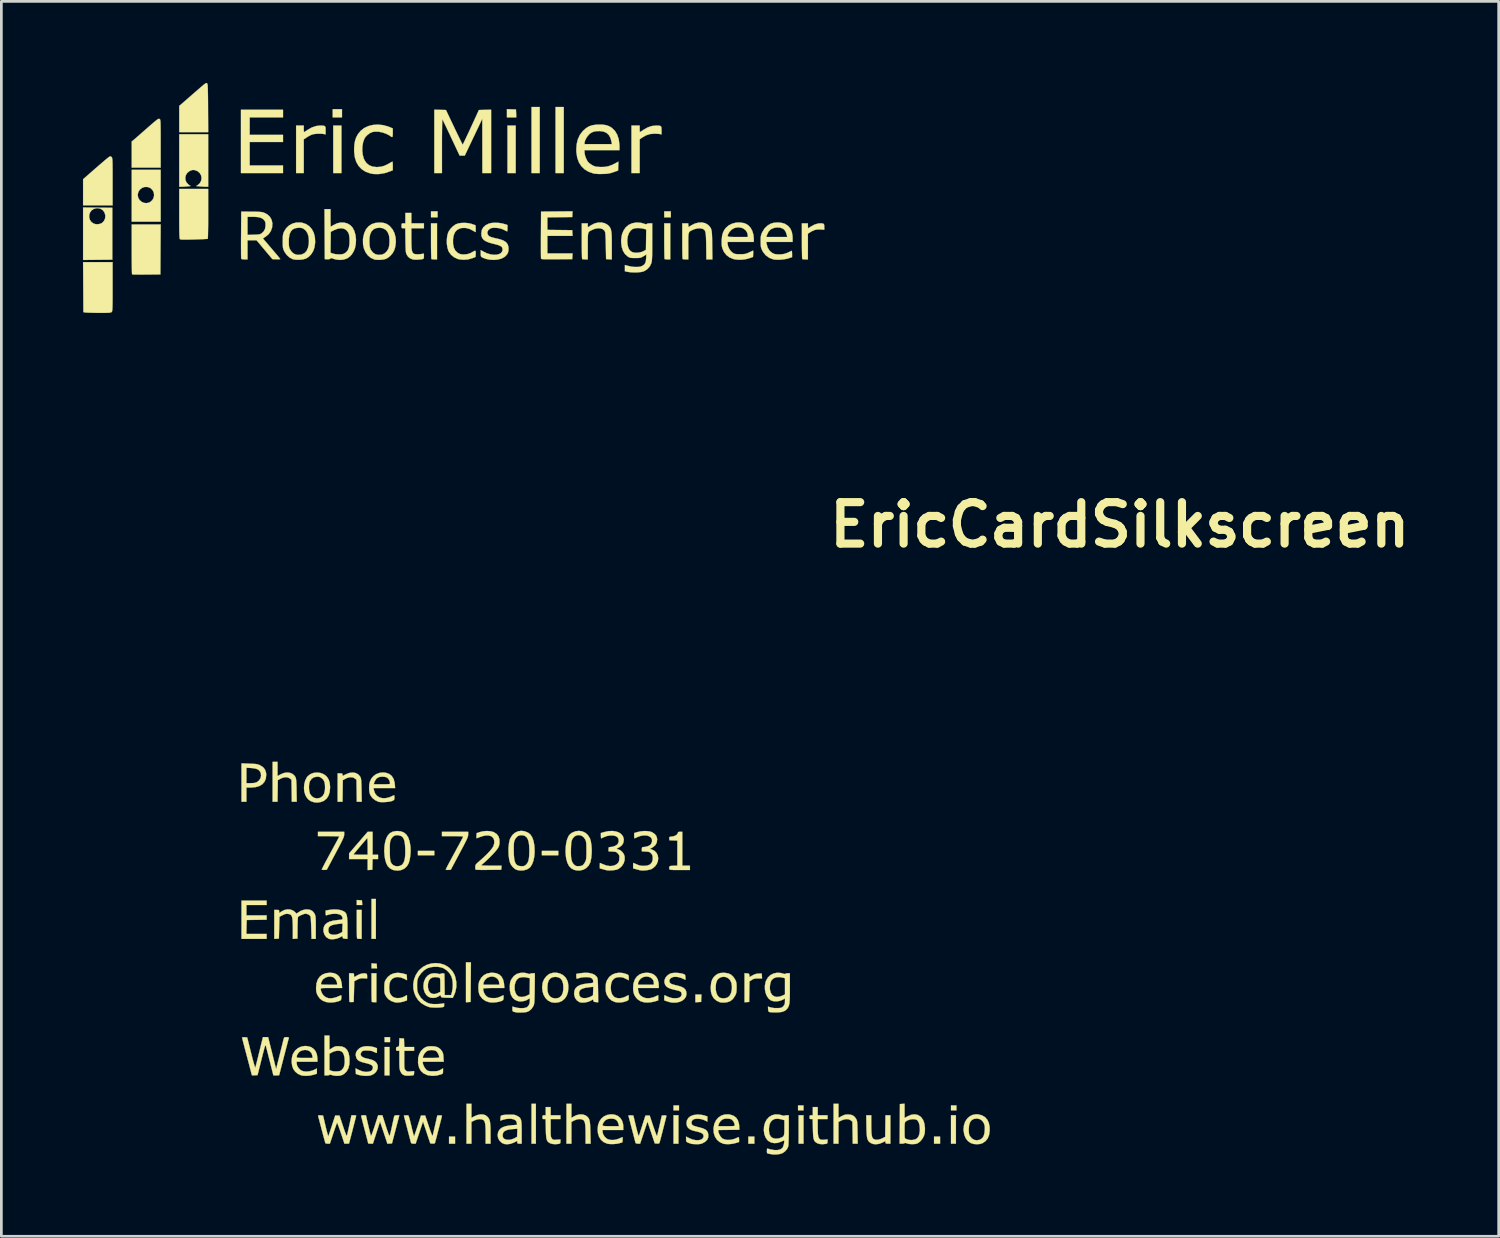
<source format=kicad_pcb>
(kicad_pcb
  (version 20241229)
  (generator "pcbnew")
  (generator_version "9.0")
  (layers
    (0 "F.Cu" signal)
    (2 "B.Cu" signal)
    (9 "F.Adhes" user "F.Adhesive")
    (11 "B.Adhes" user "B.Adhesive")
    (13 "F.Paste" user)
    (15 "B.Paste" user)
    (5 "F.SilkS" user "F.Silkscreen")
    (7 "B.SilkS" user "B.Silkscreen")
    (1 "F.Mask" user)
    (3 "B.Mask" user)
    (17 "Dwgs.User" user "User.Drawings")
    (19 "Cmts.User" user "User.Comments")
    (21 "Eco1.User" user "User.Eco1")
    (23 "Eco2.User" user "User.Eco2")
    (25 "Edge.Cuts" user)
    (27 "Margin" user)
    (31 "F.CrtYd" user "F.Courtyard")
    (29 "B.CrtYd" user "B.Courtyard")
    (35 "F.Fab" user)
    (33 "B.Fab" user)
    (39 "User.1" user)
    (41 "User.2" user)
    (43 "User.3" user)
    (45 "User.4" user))
  (footprint "EricCardSilkscreen"
    (layer "F.Cu")
    (at 38.115 16.244)
    (property "Reference" "EricCardSilkscreen" (at 0 0 0) (layer "F.SilkS") (effects (font (size 1.524 1.524) (thickness 0.3))))
    (attr through_hole)
    (fp_poly (pts (xy -28.613 -12.931) (xy -28.914 -12.931) (xy -28.914 -14.678) (xy -28.613 -14.678) (xy -28.613 -12.931)) (stroke (width 0.01) (type solid)) (fill yes) (layer "F.SilkS"))
    (fp_poly (pts (xy -28.593 -14.979) (xy -28.934 -14.979) (xy -28.934 -15.28) (xy -28.593 -15.28) (xy -28.593 -14.979)) (stroke (width 0.01) (type solid)) (fill yes) (layer "F.SilkS"))
    (fp_poly (pts (xy -27.348 15.22) (xy -27.508 15.22) (xy -27.508 13.754) (xy -27.348 13.754) (xy -27.348 15.22)) (stroke (width 0.01) (type solid)) (fill yes) (layer "F.SilkS"))
    (fp_poly (pts (xy -26.846 20.24) (xy -27.026 20.24) (xy -27.026 19.196) (xy -26.846 19.196) (xy -26.846 20.24)) (stroke (width 0.01) (type solid)) (fill yes) (layer "F.SilkS"))
    (fp_poly (pts (xy -26.826 19.015) (xy -27.026 19.015) (xy -27.026 18.834) (xy -26.826 18.834) (xy -26.826 19.015)) (stroke (width 0.01) (type solid)) (fill yes) (layer "F.SilkS"))
    (fp_poly (pts (xy -25.199 12.148) (xy -25.802 12.148) (xy -25.802 11.987) (xy -25.199 11.987) (xy -25.199 12.148)) (stroke (width 0.01) (type solid)) (fill yes) (layer "F.SilkS"))
    (fp_poly (pts (xy -25.079 -11.305) (xy -25.32 -11.305) (xy -25.32 -11.525) (xy -25.079 -11.525) (xy -25.079 -11.305)) (stroke (width 0.01) (type solid)) (fill yes) (layer "F.SilkS"))
    (fp_poly (pts (xy -24.436 22.75) (xy -24.657 22.75) (xy -24.657 22.489) (xy -24.436 22.489) (xy -24.436 22.75)) (stroke (width 0.01) (type solid)) (fill yes) (layer "F.SilkS"))
    (fp_poly (pts (xy -22.207 -12.931) (xy -22.509 -12.931) (xy -22.509 -14.678) (xy -22.207 -14.678) (xy -22.207 -12.931)) (stroke (width 0.01) (type solid)) (fill yes) (layer "F.SilkS"))
    (fp_poly (pts (xy -21.465 22.75) (xy -21.625 22.75) (xy -21.625 21.284) (xy -21.465 21.284) (xy -21.465 22.75)) (stroke (width 0.01) (type solid)) (fill yes) (layer "F.SilkS"))
    (fp_poly (pts (xy -21.324 -12.931) (xy -21.625 -12.931) (xy -21.625 -15.36) (xy -21.324 -15.36) (xy -21.324 -12.931)) (stroke (width 0.01) (type solid)) (fill yes) (layer "F.SilkS"))
    (fp_poly (pts (xy -20.641 12.148) (xy -21.244 12.148) (xy -21.244 11.987) (xy -20.641 11.987) (xy -20.641 12.148)) (stroke (width 0.01) (type solid)) (fill yes) (layer "F.SilkS"))
    (fp_poly (pts (xy -20.44 -12.931) (xy -20.742 -12.931) (xy -20.742 -15.36) (xy -20.44 -15.36) (xy -20.44 -12.931)) (stroke (width 0.01) (type solid)) (fill yes) (layer "F.SilkS"))
    (fp_poly (pts (xy -16.505 -11.305) (xy -16.746 -11.305) (xy -16.746 -11.525) (xy -16.505 -11.525) (xy -16.505 -11.305)) (stroke (width 0.01) (type solid)) (fill yes) (layer "F.SilkS"))
    (fp_poly (pts (xy -16.224 22.75) (xy -16.405 22.75) (xy -16.405 21.705) (xy -16.224 21.705) (xy -16.224 22.75)) (stroke (width 0.01) (type solid)) (fill yes) (layer "F.SilkS"))
    (fp_poly (pts (xy -16.204 21.525) (xy -16.405 21.525) (xy -16.405 21.344) (xy -16.204 21.344) (xy -16.204 21.525)) (stroke (width 0.01) (type solid)) (fill yes) (layer "F.SilkS"))
    (fp_poly (pts (xy -13.433 22.75) (xy -13.654 22.75) (xy -13.654 22.489) (xy -13.433 22.489) (xy -13.433 22.75)) (stroke (width 0.01) (type solid)) (fill yes) (layer "F.SilkS"))
    (fp_poly (pts (xy -11.626 21.525) (xy -11.827 21.525) (xy -11.827 21.344) (xy -11.626 21.344) (xy -11.626 21.525)) (stroke (width 0.01) (type solid)) (fill yes) (layer "F.SilkS"))
    (fp_poly (pts (xy -11.626 22.75) (xy -11.806 22.75) (xy -11.806 21.705) (xy -11.626 21.705) (xy -11.626 22.75)) (stroke (width 0.01) (type solid)) (fill yes) (layer "F.SilkS"))
    (fp_poly (pts (xy -6.606 22.75) (xy -6.827 22.75) (xy -6.827 22.489) (xy -6.606 22.489) (xy -6.606 22.75)) (stroke (width 0.01) (type solid)) (fill yes) (layer "F.SilkS"))
    (fp_poly (pts (xy -6.024 22.75) (xy -6.204 22.75) (xy -6.204 21.705) (xy -6.024 21.705) (xy -6.024 22.75)) (stroke (width 0.01) (type solid)) (fill yes) (layer "F.SilkS"))
    (fp_poly (pts (xy -6.004 21.525) (xy -6.204 21.525) (xy -6.204 21.344) (xy -6.004 21.344) (xy -6.004 21.525)) (stroke (width 0.01) (type solid)) (fill yes) (layer "F.SilkS"))
    (fp_poly (pts (xy -27.413 16.127) (xy -27.318 16.134) (xy -27.305 16.304) (xy -27.508 16.304) (xy -27.508 16.121) (xy -27.413 16.127)) (stroke (width 0.01) (type solid)) (fill yes) (layer "F.SilkS"))
    (fp_poly (pts (xy -27.955 13.798) (xy -27.86 13.804) (xy -27.854 13.89) (xy -27.847 13.975) (xy -28.05 13.975) (xy -28.05 13.792) (xy -27.955 13.798)) (stroke (width 0.01) (type solid)) (fill yes) (layer "F.SilkS"))
    (fp_poly (pts (xy -23.859 16.811) (xy -23.864 17.539) (xy -23.949 17.545) (xy -24.035 17.551) (xy -24.035 16.083) (xy -23.853 16.083) (xy -23.859 16.811)) (stroke (width 0.01) (type solid)) (fill yes) (layer "F.SilkS"))
    (fp_poly (pts (xy -22.363 -15.276) (xy -22.197 -15.27) (xy -22.191 -15.125) (xy -22.186 -14.979) (xy -22.529 -14.979) (xy -22.529 -15.282) (xy -22.363 -15.276)) (stroke (width 0.01) (type solid)) (fill yes) (layer "F.SilkS"))
    (fp_poly (pts (xy -15.385 17.404) (xy -15.391 17.539) (xy -15.496 17.545) (xy -15.601 17.551) (xy -15.601 17.268) (xy -15.379 17.268) (xy -15.385 17.404)) (stroke (width 0.01) (type solid)) (fill yes) (layer "F.SilkS"))
    (fp_poly (pts (xy -30.761 -14.979) (xy -31.986 -14.979) (xy -31.986 -14.336) (xy -30.761 -14.336) (xy -30.761 -14.075) (xy -31.986 -14.075) (xy -31.986 -13.212) (xy -30.761 -13.212) (xy -30.761 -12.931) (xy -32.307 -12.931) (xy -32.307 -15.26) (xy -30.761 -15.26) (xy -30.761 -14.979)) (stroke (width 0.01) (type solid)) (fill yes) (layer "F.SilkS"))
    (fp_poly (pts (xy -31.363 13.975) (xy -32.106 13.975) (xy -32.106 14.357) (xy -31.363 14.357) (xy -31.363 14.516) (xy -31.73 14.522) (xy -32.096 14.527) (xy -32.108 15.039) (xy -31.363 15.039) (xy -31.363 15.22) (xy -32.287 15.22) (xy -32.287 13.814) (xy -31.363 13.814) (xy -31.363 13.975)) (stroke (width 0.01) (type solid)) (fill yes) (layer "F.SilkS"))
    (fp_poly (pts (xy -27.87 15.22) (xy -27.947 15.22) (xy -28 15.217) (xy -28.034 15.209) (xy -28.037 15.207) (xy -28.041 15.184) (xy -28.044 15.126) (xy -28.047 15.039) (xy -28.049 14.929) (xy -28.05 14.8) (xy -28.05 14.674) (xy -28.05 14.156) (xy -27.87 14.156) (xy -27.87 15.22)) (stroke (width 0.01) (type solid)) (fill yes) (layer "F.SilkS"))
    (fp_poly (pts (xy -27.328 17.549) (xy -27.405 17.549) (xy -27.458 17.546) (xy -27.492 17.538) (xy -27.495 17.536) (xy -27.499 17.513) (xy -27.502 17.455) (xy -27.505 17.368) (xy -27.507 17.258) (xy -27.508 17.129) (xy -27.508 17.004) (xy -27.508 16.485) (xy -27.328 16.485) (xy -27.328 17.549)) (stroke (width 0.01) (type solid)) (fill yes) (layer "F.SilkS"))
    (fp_poly (pts (xy -25.099 -9.758) (xy -25.196 -9.758) (xy -25.255 -9.761) (xy -25.297 -9.767) (xy -25.306 -9.772) (xy -25.31 -9.794) (xy -25.312 -9.852) (xy -25.315 -9.941) (xy -25.317 -10.055) (xy -25.319 -10.189) (xy -25.32 -10.34) (xy -25.32 -10.434) (xy -25.32 -11.084) (xy -25.099 -11.084) (xy -25.099 -9.758)) (stroke (width 0.01) (type solid)) (fill yes) (layer "F.SilkS"))
    (fp_poly (pts (xy -16.525 -9.758) (xy -16.622 -9.758) (xy -16.682 -9.761) (xy -16.723 -9.767) (xy -16.733 -9.772) (xy -16.736 -9.794) (xy -16.739 -9.852) (xy -16.741 -9.941) (xy -16.743 -10.055) (xy -16.745 -10.189) (xy -16.746 -10.34) (xy -16.746 -10.434) (xy -16.746 -11.084) (xy -16.525 -11.084) (xy -16.525 -9.758)) (stroke (width 0.01) (type solid)) (fill yes) (layer "F.SilkS"))
    (fp_poly (pts (xy -35.264 -10.125) (xy -35.269 -9.206) (xy -35.782 -9.201) (xy -35.922 -9.2) (xy -36.048 -9.2) (xy -36.156 -9.201) (xy -36.239 -9.203) (xy -36.292 -9.206) (xy -36.309 -9.209) (xy -36.312 -9.232) (xy -36.315 -9.29) (xy -36.317 -9.38) (xy -36.319 -9.499) (xy -36.321 -9.641) (xy -36.322 -9.803) (xy -36.323 -9.981) (xy -36.323 -10.133) (xy -36.323 -11.043) (xy -35.258 -11.043) (xy -35.264 -10.125)) (stroke (width 0.01) (type solid)) (fill yes) (layer "F.SilkS"))
    (fp_poly (pts (xy -13.709 16.489) (xy -13.655 16.495) (xy -13.629 16.51) (xy -13.619 16.543) (xy -13.617 16.56) (xy -13.611 16.624) (xy -13.5 16.562) (xy -13.415 16.521) (xy -13.335 16.501) (xy -13.276 16.497) (xy -13.162 16.495) (xy -13.156 16.585) (xy -13.15 16.676) (xy -13.298 16.676) (xy -13.381 16.678) (xy -13.44 16.687) (xy -13.488 16.706) (xy -13.529 16.731) (xy -13.613 16.786) (xy -13.618 17.163) (xy -13.624 17.539) (xy -13.709 17.545) (xy -13.794 17.551) (xy -13.794 16.483) (xy -13.709 16.489)) (stroke (width 0.01) (type solid)) (fill yes) (layer "F.SilkS"))
    (fp_poly (pts (xy -37.068 -13.525) (xy -37.065 -13.523) (xy -37.056 -13.513) (xy -37.048 -13.499) (xy -37.042 -13.478) (xy -37.037 -13.447) (xy -37.033 -13.401) (xy -37.03 -13.336) (xy -37.028 -13.25) (xy -37.027 -13.138) (xy -37.026 -12.997) (xy -37.026 -12.823) (xy -37.026 -12.617) (xy -37.026 -11.746) (xy -38.11 -11.746) (xy -38.11 -12.706) (xy -37.666 -13.095) (xy -37.55 -13.195) (xy -37.441 -13.289) (xy -37.344 -13.372) (xy -37.263 -13.44) (xy -37.203 -13.49) (xy -37.167 -13.518) (xy -37.163 -13.521) (xy -37.122 -13.544) (xy -37.096 -13.546) (xy -37.068 -13.525)) (stroke (width 0.01) (type solid)) (fill yes) (layer "F.SilkS"))
    (fp_poly (pts (xy -33.562 -16.235) (xy -33.555 -16.23) (xy -33.547 -16.222) (xy -33.54 -16.206) (xy -33.535 -16.178) (xy -33.53 -16.136) (xy -33.527 -16.075) (xy -33.524 -15.992) (xy -33.522 -15.884) (xy -33.52 -15.747) (xy -33.518 -15.578) (xy -33.517 -15.373) (xy -33.517 -15.323) (xy -33.512 -14.437) (xy -34.576 -14.437) (xy -34.576 -15.399) (xy -34.139 -15.779) (xy -33.997 -15.904) (xy -33.881 -16.004) (xy -33.79 -16.083) (xy -33.719 -16.143) (xy -33.666 -16.186) (xy -33.629 -16.215) (xy -33.602 -16.232) (xy -33.584 -16.239) (xy -33.572 -16.239) (xy -33.562 -16.235)) (stroke (width 0.01) (type solid)) (fill yes) (layer "F.SilkS"))
    (fp_poly (pts (xy -37.026 -8.758) (xy -37.026 -8.543) (xy -37.026 -8.366) (xy -37.027 -8.221) (xy -37.028 -8.106) (xy -37.03 -8.017) (xy -37.033 -7.95) (xy -37.037 -7.901) (xy -37.041 -7.868) (xy -37.047 -7.846) (xy -37.055 -7.832) (xy -37.062 -7.824) (xy -37.079 -7.813) (xy -37.104 -7.805) (xy -37.144 -7.799) (xy -37.203 -7.795) (xy -37.287 -7.793) (xy -37.401 -7.793) (xy -37.539 -7.793) (xy -37.672 -7.794) (xy -37.794 -7.797) (xy -37.899 -7.8) (xy -37.98 -7.803) (xy -38.031 -7.807) (xy -38.04 -7.808) (xy -38.1 -7.821) (xy -38.11 -9.658) (xy -37.026 -9.658) (xy -37.026 -8.758)) (stroke (width 0.01) (type solid)) (fill yes) (layer "F.SilkS"))
    (fp_poly (pts (xy -35.259 -11.144) (xy -36.323 -11.144) (xy -36.323 -12.124) (xy -36.102 -12.124) (xy -36.084 -12.025) (xy -36.035 -11.941) (xy -35.963 -11.877) (xy -35.876 -11.837) (xy -35.78 -11.826) (xy -35.684 -11.847) (xy -35.645 -11.867) (xy -35.567 -11.935) (xy -35.519 -12.02) (xy -35.5 -12.115) (xy -35.511 -12.21) (xy -35.551 -12.297) (xy -35.62 -12.369) (xy -35.661 -12.394) (xy -35.76 -12.423) (xy -35.858 -12.418) (xy -35.949 -12.383) (xy -36.025 -12.322) (xy -36.078 -12.24) (xy -36.102 -12.141) (xy -36.102 -12.124) (xy -36.323 -12.124) (xy -36.323 -13.051) (xy -35.259 -13.051) (xy -35.259 -11.144)) (stroke (width 0.01) (type solid)) (fill yes) (layer "F.SilkS"))
    (fp_poly (pts (xy -37.573 -11.661) (xy -37.036 -11.656) (xy -37.036 -9.748) (xy -37.573 -9.743) (xy -38.11 -9.738) (xy -38.11 -11.304) (xy -37.887 -11.304) (xy -37.862 -11.215) (xy -37.808 -11.136) (xy -37.728 -11.078) (xy -37.639 -11.051) (xy -37.539 -11.053) (xy -37.446 -11.08) (xy -37.412 -11.1) (xy -37.341 -11.174) (xy -37.3 -11.268) (xy -37.292 -11.372) (xy -37.292 -11.376) (xy -37.322 -11.48) (xy -37.382 -11.563) (xy -37.466 -11.618) (xy -37.568 -11.642) (xy -37.623 -11.64) (xy -37.723 -11.612) (xy -37.801 -11.557) (xy -37.855 -11.482) (xy -37.884 -11.395) (xy -37.887 -11.304) (xy -38.11 -11.304) (xy -38.11 -11.667) (xy -37.573 -11.661)) (stroke (width 0.01) (type solid)) (fill yes) (layer "F.SilkS"))
    (fp_poly (pts (xy -30.962 9.237) (xy -30.848 9.173) (xy -30.73 9.123) (xy -30.613 9.105) (xy -30.504 9.117) (xy -30.409 9.158) (xy -30.334 9.227) (xy -30.306 9.272) (xy -30.294 9.303) (xy -30.284 9.34) (xy -30.276 9.391) (xy -30.271 9.46) (xy -30.267 9.555) (xy -30.264 9.68) (xy -30.263 9.763) (xy -30.256 10.18) (xy -30.437 10.18) (xy -30.443 9.777) (xy -30.45 9.373) (xy -30.506 9.325) (xy -30.583 9.285) (xy -30.676 9.277) (xy -30.781 9.3) (xy -30.851 9.332) (xy -30.952 9.387) (xy -30.957 9.784) (xy -30.963 10.18) (xy -31.143 10.18) (xy -31.143 8.714) (xy -30.962 8.714) (xy -30.962 9.237)) (stroke (width 0.01) (type solid)) (fill yes) (layer "F.SilkS"))
    (fp_poly (pts (xy -35.304 -14.921) (xy -35.296 -14.917) (xy -35.287 -14.911) (xy -35.28 -14.899) (xy -35.274 -14.879) (xy -35.269 -14.847) (xy -35.265 -14.799) (xy -35.263 -14.733) (xy -35.261 -14.643) (xy -35.26 -14.527) (xy -35.259 -14.381) (xy -35.259 -14.201) (xy -35.259 -14.014) (xy -35.259 -13.132) (xy -36.323 -13.132) (xy -36.323 -14.093) (xy -36.265 -14.139) (xy -36.235 -14.165) (xy -36.179 -14.213) (xy -36.102 -14.28) (xy -36.01 -14.36) (xy -35.907 -14.451) (xy -35.819 -14.528) (xy -35.687 -14.644) (xy -35.582 -14.736) (xy -35.5 -14.806) (xy -35.438 -14.857) (xy -35.392 -14.893) (xy -35.359 -14.914) (xy -35.336 -14.924) (xy -35.318 -14.926) (xy -35.304 -14.921)) (stroke (width 0.01) (type solid)) (fill yes) (layer "F.SilkS"))
    (fp_poly (pts (xy -20.129 -11.315) (xy -20.586 -11.309) (xy -21.043 -11.304) (xy -21.043 -10.843) (xy -20.586 -10.838) (xy -20.129 -10.833) (xy -20.117 -10.622) (xy -21.043 -10.622) (xy -21.043 -9.979) (xy -20.117 -9.979) (xy -20.123 -9.874) (xy -20.129 -9.768) (xy -20.697 -9.763) (xy -20.871 -9.762) (xy -21.008 -9.762) (xy -21.113 -9.763) (xy -21.188 -9.766) (xy -21.238 -9.77) (xy -21.265 -9.776) (xy -21.274 -9.783) (xy -21.276 -9.808) (xy -21.278 -9.869) (xy -21.279 -9.961) (xy -21.28 -10.081) (xy -21.28 -10.224) (xy -21.28 -10.385) (xy -21.28 -10.561) (xy -21.279 -10.662) (xy -21.274 -11.515) (xy -20.695 -11.521) (xy -20.117 -11.526) (xy -20.129 -11.315)) (stroke (width 0.01) (type solid)) (fill yes) (layer "F.SilkS"))
    (fp_poly (pts (xy -17.649 -14.557) (xy -17.648 -14.494) (xy -17.645 -14.45) (xy -17.642 -14.437) (xy -17.623 -14.447) (xy -17.579 -14.475) (xy -17.519 -14.514) (xy -17.501 -14.527) (xy -17.349 -14.612) (xy -17.201 -14.662) (xy -17.049 -14.678) (xy -17.048 -14.678) (xy -16.957 -14.676) (xy -16.898 -14.668) (xy -16.865 -14.647) (xy -16.85 -14.607) (xy -16.846 -14.541) (xy -16.846 -14.503) (xy -16.846 -14.353) (xy -16.906 -14.366) (xy -16.956 -14.373) (xy -17.03 -14.378) (xy -17.111 -14.38) (xy -17.269 -14.366) (xy -17.413 -14.32) (xy -17.556 -14.238) (xy -17.649 -14.174) (xy -17.649 -12.931) (xy -17.951 -12.931) (xy -17.951 -14.678) (xy -17.649 -14.678) (xy -17.649 -14.557)) (stroke (width 0.01) (type solid)) (fill yes) (layer "F.SilkS"))
    (fp_poly (pts (xy -29.998 -14.557) (xy -29.997 -14.494) (xy -29.993 -14.45) (xy -29.988 -14.437) (xy -29.967 -14.447) (xy -29.923 -14.475) (xy -29.864 -14.514) (xy -29.858 -14.518) (xy -29.699 -14.609) (xy -29.54 -14.662) (xy -29.401 -14.678) (xy -29.309 -14.676) (xy -29.249 -14.668) (xy -29.215 -14.648) (xy -29.199 -14.61) (xy -29.195 -14.546) (xy -29.195 -14.503) (xy -29.195 -14.353) (xy -29.254 -14.366) (xy -29.336 -14.377) (xy -29.436 -14.379) (xy -29.541 -14.375) (xy -29.634 -14.363) (xy -29.692 -14.349) (xy -29.757 -14.32) (xy -29.834 -14.278) (xy -29.888 -14.245) (xy -29.998 -14.172) (xy -29.998 -12.931) (xy -30.279 -12.931) (xy -30.279 -14.678) (xy -29.998 -14.678) (xy -29.998 -14.557)) (stroke (width 0.01) (type solid)) (fill yes) (layer "F.SilkS"))
    (fp_poly (pts (xy -10.341 21.802) (xy -10.225 21.739) (xy -10.145 21.7) (xy -10.074 21.681) (xy -9.992 21.676) (xy -9.989 21.676) (xy -9.877 21.688) (xy -9.79 21.725) (xy -9.722 21.793) (xy -9.695 21.834) (xy -9.679 21.864) (xy -9.667 21.894) (xy -9.658 21.932) (xy -9.652 21.982) (xy -9.648 22.051) (xy -9.645 22.146) (xy -9.642 22.272) (xy -9.641 22.333) (xy -9.634 22.75) (xy -9.816 22.75) (xy -9.822 22.346) (xy -9.829 21.943) (xy -9.885 21.894) (xy -9.961 21.855) (xy -10.056 21.846) (xy -10.164 21.868) (xy -10.236 21.898) (xy -10.341 21.95) (xy -10.341 22.75) (xy -10.521 22.75) (xy -10.521 21.284) (xy -10.341 21.284) (xy -10.341 21.802)) (stroke (width 0.01) (type solid)) (fill yes) (layer "F.SilkS"))
    (fp_poly (pts (xy -33.512 -12.429) (xy -33.597 -12.429) (xy -33.664 -12.431) (xy -33.75 -12.436) (xy -33.817 -12.442) (xy -33.951 -12.455) (xy -33.887 -12.497) (xy -33.813 -12.568) (xy -33.769 -12.655) (xy -33.756 -12.75) (xy -33.772 -12.844) (xy -33.818 -12.928) (xy -33.893 -12.995) (xy -33.919 -13.009) (xy -34.006 -13.042) (xy -34.08 -13.047) (xy -34.158 -13.023) (xy -34.194 -13.006) (xy -34.277 -12.942) (xy -34.33 -12.859) (xy -34.353 -12.766) (xy -34.345 -12.671) (xy -34.305 -12.581) (xy -34.234 -12.507) (xy -34.221 -12.497) (xy -34.157 -12.455) (xy -34.279 -12.442) (xy -34.363 -12.435) (xy -34.447 -12.43) (xy -34.489 -12.429) (xy -34.576 -12.429) (xy -34.576 -14.357) (xy -33.512 -14.357) (xy -33.512 -12.429)) (stroke (width 0.01) (type solid)) (fill yes) (layer "F.SilkS"))
    (fp_poly (pts (xy -33.512 -11.436) (xy -33.512 -11.249) (xy -33.513 -11.074) (xy -33.515 -10.916) (xy -33.517 -10.778) (xy -33.519 -10.665) (xy -33.522 -10.581) (xy -33.524 -10.529) (xy -33.527 -10.514) (xy -33.55 -10.511) (xy -33.608 -10.508) (xy -33.695 -10.503) (xy -33.805 -10.499) (xy -33.933 -10.494) (xy -34.034 -10.491) (xy -34.194 -10.487) (xy -34.318 -10.485) (xy -34.411 -10.485) (xy -34.477 -10.487) (xy -34.52 -10.491) (xy -34.544 -10.498) (xy -34.551 -10.503) (xy -34.557 -10.519) (xy -34.563 -10.554) (xy -34.567 -10.61) (xy -34.57 -10.691) (xy -34.573 -10.799) (xy -34.574 -10.938) (xy -34.576 -11.11) (xy -34.576 -11.318) (xy -34.576 -11.439) (xy -34.576 -12.349) (xy -33.512 -12.349) (xy -33.512 -11.436)) (stroke (width 0.01) (type solid)) (fill yes) (layer "F.SilkS"))
    (fp_poly (pts (xy -28.097 9.121) (xy -28.005 9.167) (xy -27.934 9.241) (xy -27.917 9.272) (xy -27.904 9.303) (xy -27.894 9.34) (xy -27.887 9.391) (xy -27.882 9.46) (xy -27.878 9.554) (xy -27.875 9.678) (xy -27.874 9.763) (xy -27.867 10.18) (xy -28.048 10.18) (xy -28.06 9.373) (xy -28.117 9.325) (xy -28.193 9.285) (xy -28.287 9.277) (xy -28.392 9.3) (xy -28.462 9.332) (xy -28.562 9.387) (xy -28.568 9.784) (xy -28.573 10.18) (xy -28.753 10.18) (xy -28.753 9.136) (xy -28.663 9.136) (xy -28.607 9.138) (xy -28.581 9.148) (xy -28.573 9.173) (xy -28.572 9.185) (xy -28.572 9.233) (xy -28.449 9.17) (xy -28.325 9.122) (xy -28.206 9.106) (xy -28.097 9.121)) (stroke (width 0.01) (type solid)) (fill yes) (layer "F.SilkS"))
    (fp_poly (pts (xy -23.834 21.802) (xy -23.718 21.739) (xy -23.611 21.695) (xy -23.501 21.674) (xy -23.4 21.677) (xy -23.316 21.706) (xy -23.299 21.717) (xy -23.248 21.759) (xy -23.209 21.803) (xy -23.179 21.855) (xy -23.158 21.92) (xy -23.144 22.005) (xy -23.136 22.114) (xy -23.132 22.253) (xy -23.132 22.383) (xy -23.131 22.75) (xy -23.312 22.75) (xy -23.312 22.403) (xy -23.313 22.246) (xy -23.318 22.123) (xy -23.327 22.031) (xy -23.341 21.964) (xy -23.361 21.917) (xy -23.387 21.885) (xy -23.397 21.877) (xy -23.466 21.851) (xy -23.555 21.848) (xy -23.653 21.868) (xy -23.729 21.898) (xy -23.834 21.95) (xy -23.834 22.75) (xy -24.015 22.75) (xy -24.015 21.284) (xy -23.834 21.284) (xy -23.834 21.802)) (stroke (width 0.01) (type solid)) (fill yes) (layer "F.SilkS"))
    (fp_poly (pts (xy -16.083 12.529) (xy -15.802 12.529) (xy -15.802 12.69) (xy -16.174 12.69) (xy -16.309 12.689) (xy -16.409 12.688) (xy -16.479 12.684) (xy -16.524 12.679) (xy -16.548 12.671) (xy -16.557 12.661) (xy -16.564 12.619) (xy -16.562 12.586) (xy -16.555 12.562) (xy -16.538 12.547) (xy -16.501 12.539) (xy -16.436 12.535) (xy -16.41 12.533) (xy -16.264 12.528) (xy -16.264 11.607) (xy -16.41 11.602) (xy -16.555 11.596) (xy -16.561 11.533) (xy -16.563 11.496) (xy -16.552 11.476) (xy -16.519 11.467) (xy -16.464 11.461) (xy -16.373 11.441) (xy -16.301 11.404) (xy -16.257 11.356) (xy -16.248 11.328) (xy -16.236 11.299) (xy -16.206 11.287) (xy -16.162 11.284) (xy -16.083 11.284) (xy -16.083 12.529)) (stroke (width 0.01) (type solid)) (fill yes) (layer "F.SilkS"))
    (fp_poly (pts (xy -20.159 21.806) (xy -20.084 21.757) (xy -19.97 21.701) (xy -19.853 21.674) (xy -19.741 21.677) (xy -19.641 21.71) (xy -19.595 21.741) (xy -19.556 21.777) (xy -19.526 21.815) (xy -19.503 21.861) (xy -19.487 21.921) (xy -19.476 22.001) (xy -19.468 22.105) (xy -19.463 22.241) (xy -19.461 22.343) (xy -19.452 22.75) (xy -19.637 22.75) (xy -19.638 22.413) (xy -19.639 22.255) (xy -19.644 22.132) (xy -19.653 22.039) (xy -19.666 21.971) (xy -19.685 21.923) (xy -19.71 21.889) (xy -19.719 21.881) (xy -19.784 21.852) (xy -19.87 21.845) (xy -19.965 21.861) (xy -20.059 21.898) (xy -20.061 21.899) (xy -20.159 21.953) (xy -20.159 22.75) (xy -20.34 22.75) (xy -20.34 21.284) (xy -20.159 21.284) (xy -20.159 21.806)) (stroke (width 0.01) (type solid)) (fill yes) (layer "F.SilkS"))
    (fp_poly (pts (xy -11.465 -10.993) (xy -11.463 -10.939) (xy -11.459 -10.907) (xy -11.456 -10.903) (xy -11.436 -10.913) (xy -11.393 -10.94) (xy -11.357 -10.963) (xy -11.221 -11.038) (xy -11.086 -11.078) (xy -11.012 -11.084) (xy -10.936 -11.081) (xy -10.891 -11.067) (xy -10.87 -11.036) (xy -10.863 -10.979) (xy -10.863 -10.954) (xy -10.863 -10.848) (xy -11 -10.858) (xy -11.115 -10.859) (xy -11.212 -10.841) (xy -11.307 -10.8) (xy -11.372 -10.762) (xy -11.465 -10.703) (xy -11.465 -9.758) (xy -11.562 -9.758) (xy -11.622 -9.761) (xy -11.663 -9.767) (xy -11.673 -9.772) (xy -11.676 -9.794) (xy -11.679 -9.852) (xy -11.681 -9.941) (xy -11.683 -10.055) (xy -11.685 -10.189) (xy -11.686 -10.34) (xy -11.686 -10.434) (xy -11.686 -11.084) (xy -11.465 -11.084) (xy -11.465 -10.993)) (stroke (width 0.01) (type solid)) (fill yes) (layer "F.SilkS"))
    (fp_poly (pts (xy -27.468 12.128) (xy -27.267 12.128) (xy -27.267 12.288) (xy -27.467 12.288) (xy -27.478 12.68) (xy -27.564 12.686) (xy -27.649 12.692) (xy -27.649 12.288) (xy -28.332 12.288) (xy -28.331 12.183) (xy -28.331 12.116) (xy -28.171 12.116) (xy -28.152 12.121) (xy -28.101 12.124) (xy -28.024 12.127) (xy -27.929 12.128) (xy -27.91 12.128) (xy -27.649 12.128) (xy -27.649 11.813) (xy -27.65 11.707) (xy -27.653 11.619) (xy -27.657 11.554) (xy -27.662 11.52) (xy -27.666 11.516) (xy -27.734 11.595) (xy -27.809 11.682) (xy -27.887 11.774) (xy -27.964 11.864) (xy -28.034 11.948) (xy -28.094 12.02) (xy -28.14 12.076) (xy -28.166 12.109) (xy -28.171 12.116) (xy -28.331 12.116) (xy -28.331 12.078) (xy -27.648 11.284) (xy -27.468 11.284) (xy -27.468 12.128)) (stroke (width 0.01) (type solid)) (fill yes) (layer "F.SilkS"))
    (fp_poly (pts (xy -9.136 22.052) (xy -9.134 22.209) (xy -9.13 22.332) (xy -9.121 22.424) (xy -9.107 22.491) (xy -9.087 22.538) (xy -9.061 22.57) (xy -9.05 22.578) (xy -8.979 22.605) (xy -8.888 22.605) (xy -8.786 22.577) (xy -8.733 22.554) (xy -8.624 22.499) (xy -8.613 21.705) (xy -8.433 21.705) (xy -8.433 22.75) (xy -8.524 22.75) (xy -8.579 22.747) (xy -8.606 22.737) (xy -8.614 22.713) (xy -8.614 22.7) (xy -8.614 22.651) (xy -8.726 22.71) (xy -8.842 22.755) (xy -8.959 22.772) (xy -9.068 22.762) (xy -9.158 22.724) (xy -9.204 22.69) (xy -9.239 22.652) (xy -9.266 22.606) (xy -9.285 22.544) (xy -9.298 22.463) (xy -9.306 22.356) (xy -9.311 22.217) (xy -9.313 22.112) (xy -9.32 21.705) (xy -9.136 21.705) (xy -9.136 22.052)) (stroke (width 0.01) (type solid)) (fill yes) (layer "F.SilkS"))
    (fp_poly (pts (xy -28.512 11.381) (xy -28.514 11.41) (xy -28.52 11.443) (xy -28.533 11.483) (xy -28.554 11.535) (xy -28.585 11.602) (xy -28.628 11.689) (xy -28.685 11.8) (xy -28.758 11.938) (xy -28.832 12.078) (xy -29.152 12.68) (xy -29.244 12.686) (xy -29.307 12.685) (xy -29.334 12.673) (xy -29.335 12.669) (xy -29.326 12.646) (xy -29.3 12.593) (xy -29.258 12.513) (xy -29.205 12.41) (xy -29.14 12.29) (xy -29.068 12.156) (xy -29.014 12.057) (xy -28.938 11.917) (xy -28.868 11.788) (xy -28.806 11.674) (xy -28.756 11.58) (xy -28.719 11.51) (xy -28.698 11.468) (xy -28.693 11.457) (xy -28.712 11.453) (xy -28.765 11.45) (xy -28.846 11.448) (xy -28.949 11.446) (xy -29.068 11.445) (xy -29.085 11.445) (xy -29.476 11.445) (xy -29.476 11.284) (xy -28.512 11.284) (xy -28.512 11.381)) (stroke (width 0.01) (type solid)) (fill yes) (layer "F.SilkS"))
    (fp_poly (pts (xy -28.186 16.486) (xy -28.159 16.497) (xy -28.151 16.524) (xy -28.151 16.555) (xy -28.148 16.602) (xy -28.143 16.625) (xy -28.141 16.625) (xy -28.121 16.616) (xy -28.077 16.59) (xy -28.038 16.566) (xy -27.941 16.518) (xy -27.839 16.491) (xy -27.745 16.488) (xy -27.719 16.493) (xy -27.687 16.506) (xy -27.673 16.534) (xy -27.669 16.587) (xy -27.669 16.592) (xy -27.669 16.678) (xy -27.794 16.67) (xy -27.875 16.669) (xy -27.938 16.68) (xy -28.006 16.707) (xy -28.03 16.719) (xy -28.141 16.776) (xy -28.151 17.158) (xy -28.161 17.539) (xy -28.232 17.545) (xy -28.283 17.545) (xy -28.315 17.538) (xy -28.317 17.537) (xy -28.321 17.513) (xy -28.325 17.456) (xy -28.327 17.369) (xy -28.33 17.258) (xy -28.331 17.129) (xy -28.332 17.004) (xy -28.332 16.485) (xy -28.241 16.485) (xy -28.186 16.486)) (stroke (width 0.01) (type solid)) (fill yes) (layer "F.SilkS"))
    (fp_poly (pts (xy -23.954 11.382) (xy -23.956 11.412) (xy -23.962 11.445) (xy -23.974 11.484) (xy -23.994 11.534) (xy -24.024 11.6) (xy -24.066 11.684) (xy -24.121 11.792) (xy -24.193 11.928) (xy -24.274 12.08) (xy -24.593 12.68) (xy -24.685 12.686) (xy -24.745 12.686) (xy -24.775 12.676) (xy -24.778 12.67) (xy -24.768 12.648) (xy -24.742 12.595) (xy -24.701 12.515) (xy -24.647 12.414) (xy -24.583 12.294) (xy -24.511 12.162) (xy -24.467 12.08) (xy -24.391 11.941) (xy -24.321 11.812) (xy -24.259 11.698) (xy -24.208 11.603) (xy -24.17 11.531) (xy -24.148 11.488) (xy -24.143 11.478) (xy -24.142 11.467) (xy -24.151 11.458) (xy -24.176 11.452) (xy -24.222 11.449) (xy -24.293 11.446) (xy -24.394 11.445) (xy -24.524 11.445) (xy -24.918 11.445) (xy -24.918 11.284) (xy -23.954 11.284) (xy -23.954 11.382)) (stroke (width 0.01) (type solid)) (fill yes) (layer "F.SilkS"))
    (fp_poly (pts (xy -31.995 8.78) (xy -31.877 8.785) (xy -31.791 8.79) (xy -31.727 8.798) (xy -31.677 8.81) (xy -31.632 8.827) (xy -31.594 8.844) (xy -31.49 8.913) (xy -31.421 9.001) (xy -31.385 9.112) (xy -31.378 9.194) (xy -31.393 9.331) (xy -31.441 9.445) (xy -31.521 9.536) (xy -31.631 9.602) (xy -31.77 9.643) (xy -31.938 9.658) (xy -31.949 9.658) (xy -32.106 9.658) (xy -32.106 10.18) (xy -32.287 10.18) (xy -32.287 9.497) (xy -32.106 9.497) (xy -31.951 9.497) (xy -31.839 9.492) (xy -31.758 9.475) (xy -31.726 9.462) (xy -31.644 9.4) (xy -31.59 9.317) (xy -31.567 9.222) (xy -31.58 9.123) (xy -31.594 9.09) (xy -31.637 9.028) (xy -31.704 8.984) (xy -31.799 8.955) (xy -31.926 8.94) (xy -31.941 8.939) (xy -32.106 8.93) (xy -32.106 9.497) (xy -32.287 9.497) (xy -32.287 8.769) (xy -31.995 8.78)) (stroke (width 0.01) (type solid)) (fill yes) (layer "F.SilkS"))
    (fp_poly (pts (xy -11.104 21.705) (xy -10.742 21.705) (xy -10.742 21.846) (xy -11.104 21.846) (xy -11.104 22.148) (xy -11.102 22.3) (xy -11.095 22.416) (xy -11.079 22.501) (xy -11.054 22.558) (xy -11.016 22.592) (xy -10.962 22.607) (xy -10.891 22.607) (xy -10.841 22.603) (xy -10.742 22.591) (xy -10.742 22.668) (xy -10.746 22.719) (xy -10.762 22.744) (xy -10.802 22.757) (xy -10.805 22.757) (xy -10.918 22.769) (xy -11.025 22.763) (xy -11.113 22.738) (xy -11.124 22.732) (xy -11.173 22.702) (xy -11.21 22.668) (xy -11.237 22.624) (xy -11.256 22.564) (xy -11.269 22.482) (xy -11.276 22.372) (xy -11.281 22.23) (xy -11.281 22.202) (xy -11.289 21.846) (xy -11.347 21.846) (xy -11.386 21.842) (xy -11.402 21.821) (xy -11.405 21.776) (xy -11.402 21.729) (xy -11.385 21.709) (xy -11.345 21.705) (xy -11.284 21.705) (xy -11.284 21.404) (xy -11.104 21.404) (xy -11.104 21.705)) (stroke (width 0.01) (type solid)) (fill yes) (layer "F.SilkS"))
    (fp_poly (pts (xy -20.922 21.705) (xy -20.561 21.705) (xy -20.561 21.846) (xy -20.922 21.846) (xy -20.922 22.175) (xy -20.922 22.298) (xy -20.921 22.387) (xy -20.917 22.45) (xy -20.911 22.493) (xy -20.901 22.524) (xy -20.887 22.547) (xy -20.879 22.559) (xy -20.853 22.588) (xy -20.827 22.603) (xy -20.788 22.608) (xy -20.724 22.606) (xy -20.698 22.604) (xy -20.561 22.594) (xy -20.561 22.669) (xy -20.565 22.72) (xy -20.582 22.744) (xy -20.624 22.757) (xy -20.733 22.769) (xy -20.84 22.763) (xy -20.928 22.741) (xy -20.942 22.734) (xy -20.991 22.706) (xy -21.028 22.672) (xy -21.056 22.627) (xy -21.075 22.565) (xy -21.087 22.481) (xy -21.095 22.368) (xy -21.099 22.222) (xy -21.1 22.202) (xy -21.106 21.846) (xy -21.165 21.846) (xy -21.204 21.842) (xy -21.221 21.822) (xy -21.224 21.776) (xy -21.22 21.729) (xy -21.203 21.709) (xy -21.163 21.705) (xy -21.103 21.705) (xy -21.103 21.404) (xy -20.922 21.404) (xy -20.922 21.705)) (stroke (width 0.01) (type solid)) (fill yes) (layer "F.SilkS"))
    (fp_poly (pts (xy -26.388 16.485) (xy -26.324 16.502) (xy -26.213 16.536) (xy -26.201 16.741) (xy -26.315 16.683) (xy -26.438 16.637) (xy -26.555 16.624) (xy -26.659 16.642) (xy -26.746 16.69) (xy -26.811 16.768) (xy -26.818 16.781) (xy -26.844 16.86) (xy -26.856 16.959) (xy -26.856 17.064) (xy -26.844 17.162) (xy -26.82 17.237) (xy -26.816 17.246) (xy -26.755 17.326) (xy -26.685 17.375) (xy -26.593 17.396) (xy -26.538 17.398) (xy -26.444 17.392) (xy -26.365 17.37) (xy -26.309 17.343) (xy -26.203 17.288) (xy -26.203 17.481) (xy -26.299 17.515) (xy -26.385 17.54) (xy -26.48 17.556) (xy -26.568 17.562) (xy -26.633 17.557) (xy -26.635 17.557) (xy -26.77 17.511) (xy -26.873 17.449) (xy -26.953 17.363) (xy -26.992 17.3) (xy -27.014 17.254) (xy -27.027 17.204) (xy -27.034 17.139) (xy -27.036 17.048) (xy -27.036 17.017) (xy -27.035 16.917) (xy -27.03 16.847) (xy -27.018 16.794) (xy -26.999 16.748) (xy -26.992 16.733) (xy -26.91 16.62) (xy -26.805 16.537) (xy -26.68 16.485) (xy -26.54 16.468) (xy -26.388 16.485)) (stroke (width 0.01) (type solid)) (fill yes) (layer "F.SilkS"))
    (fp_poly (pts (xy -24.985 -15.256) (xy -24.771 -15.25) (xy -24.468 -14.613) (xy -24.398 -14.465) (xy -24.332 -14.33) (xy -24.274 -14.21) (xy -24.225 -14.111) (xy -24.188 -14.036) (xy -24.164 -13.99) (xy -24.155 -13.976) (xy -24.145 -13.994) (xy -24.12 -14.044) (xy -24.082 -14.122) (xy -24.033 -14.224) (xy -23.976 -14.346) (xy -23.911 -14.484) (xy -23.852 -14.613) (xy -23.559 -15.25) (xy -23.111 -15.261) (xy -23.111 -12.931) (xy -23.432 -12.931) (xy -23.435 -14.929) (xy -23.53 -14.728) (xy -23.566 -14.653) (xy -23.616 -14.549) (xy -23.675 -14.425) (xy -23.74 -14.287) (xy -23.808 -14.145) (xy -23.853 -14.05) (xy -24.08 -13.573) (xy -24.267 -13.573) (xy -24.576 -14.231) (xy -24.647 -14.383) (xy -24.714 -14.523) (xy -24.773 -14.648) (xy -24.824 -14.753) (xy -24.863 -14.834) (xy -24.89 -14.887) (xy -24.901 -14.908) (xy -24.905 -14.892) (xy -24.908 -14.84) (xy -24.91 -14.755) (xy -24.913 -14.641) (xy -24.915 -14.502) (xy -24.917 -14.342) (xy -24.918 -14.163) (xy -24.918 -13.97) (xy -24.918 -13.929) (xy -24.918 -12.931) (xy -25.199 -12.931) (xy -25.199 -15.261) (xy -24.985 -15.256)) (stroke (width 0.01) (type solid)) (fill yes) (layer "F.SilkS"))
    (fp_poly (pts (xy -26.314 18.884) (xy -26.308 19.04) (xy -26.302 19.196) (xy -25.942 19.196) (xy -25.942 19.336) (xy -26.304 19.336) (xy -26.304 19.668) (xy -26.303 19.791) (xy -26.302 19.88) (xy -26.299 19.942) (xy -26.294 19.984) (xy -26.285 20.011) (xy -26.271 20.032) (xy -26.252 20.052) (xy -26.252 20.053) (xy -26.22 20.081) (xy -26.188 20.095) (xy -26.143 20.098) (xy -26.072 20.093) (xy -26.071 20.093) (xy -25.942 20.081) (xy -25.942 20.149) (xy -25.947 20.198) (xy -25.96 20.228) (xy -25.961 20.229) (xy -25.998 20.24) (xy -26.062 20.247) (xy -26.137 20.251) (xy -26.212 20.25) (xy -26.271 20.245) (xy -26.29 20.241) (xy -26.358 20.21) (xy -26.407 20.161) (xy -26.447 20.089) (xy -26.461 20.052) (xy -26.471 20.008) (xy -26.478 19.95) (xy -26.482 19.87) (xy -26.483 19.762) (xy -26.484 19.672) (xy -26.484 19.336) (xy -26.545 19.336) (xy -26.585 19.332) (xy -26.602 19.312) (xy -26.605 19.267) (xy -26.6 19.22) (xy -26.581 19.198) (xy -26.55 19.192) (xy -26.522 19.187) (xy -26.505 19.175) (xy -26.496 19.146) (xy -26.491 19.092) (xy -26.488 19.029) (xy -26.483 18.872) (xy -26.314 18.884)) (stroke (width 0.01) (type solid)) (fill yes) (layer "F.SilkS"))
    (fp_poly (pts (xy -18.273 16.476) (xy -18.136 16.515) (xy -18.085 16.538) (xy -18.06 16.561) (xy -18.052 16.6) (xy -18.051 16.647) (xy -18.051 16.744) (xy -18.164 16.685) (xy -18.252 16.645) (xy -18.333 16.628) (xy -18.389 16.626) (xy -18.505 16.64) (xy -18.595 16.685) (xy -18.659 16.76) (xy -18.698 16.865) (xy -18.713 17.003) (xy -18.713 17.018) (xy -18.7 17.154) (xy -18.661 17.264) (xy -18.596 17.344) (xy -18.553 17.373) (xy -18.466 17.4) (xy -18.36 17.402) (xy -18.25 17.379) (xy -18.159 17.34) (xy -18.106 17.311) (xy -18.069 17.292) (xy -18.059 17.288) (xy -18.054 17.306) (xy -18.051 17.352) (xy -18.051 17.38) (xy -18.053 17.436) (xy -18.066 17.468) (xy -18.1 17.492) (xy -18.14 17.51) (xy -18.254 17.545) (xy -18.383 17.56) (xy -18.507 17.553) (xy -18.557 17.542) (xy -18.679 17.489) (xy -18.775 17.406) (xy -18.845 17.299) (xy -18.873 17.235) (xy -18.889 17.175) (xy -18.897 17.105) (xy -18.898 17.017) (xy -18.896 16.923) (xy -18.888 16.854) (xy -18.871 16.795) (xy -18.844 16.734) (xy -18.77 16.624) (xy -18.67 16.542) (xy -18.55 16.489) (xy -18.415 16.466) (xy -18.273 16.476)) (stroke (width 0.01) (type solid)) (fill yes) (layer "F.SilkS"))
    (fp_poly (pts (xy -17.249 16.481) (xy -17.135 16.528) (xy -17.046 16.606) (xy -16.985 16.711) (xy -16.952 16.844) (xy -16.947 16.932) (xy -16.947 17.027) (xy -17.715 17.027) (xy -17.705 17.12) (xy -17.679 17.219) (xy -17.626 17.296) (xy -17.539 17.359) (xy -17.528 17.365) (xy -17.418 17.4) (xy -17.292 17.403) (xy -17.157 17.373) (xy -17.082 17.343) (xy -16.967 17.29) (xy -16.967 17.482) (xy -17.081 17.518) (xy -17.219 17.549) (xy -17.359 17.561) (xy -17.486 17.553) (xy -17.502 17.549) (xy -17.618 17.513) (xy -17.71 17.454) (xy -17.775 17.389) (xy -17.833 17.305) (xy -17.87 17.213) (xy -17.888 17.1) (xy -17.89 17.012) (xy -17.876 16.859) (xy -17.71 16.859) (xy -17.71 16.907) (xy -17.127 16.907) (xy -17.127 16.845) (xy -17.144 16.757) (xy -17.19 16.687) (xy -17.257 16.638) (xy -17.339 16.61) (xy -17.428 16.606) (xy -17.517 16.626) (xy -17.598 16.672) (xy -17.664 16.744) (xy -17.694 16.8) (xy -17.709 16.851) (xy -17.71 16.859) (xy -17.876 16.859) (xy -17.875 16.853) (xy -17.83 16.719) (xy -17.756 16.61) (xy -17.657 16.531) (xy -17.534 16.482) (xy -17.389 16.465) (xy -17.249 16.481)) (stroke (width 0.01) (type solid)) (fill yes) (layer "F.SilkS"))
    (fp_poly (pts (xy -29.054 19.294) (xy -28.951 19.23) (xy -28.885 19.193) (xy -28.829 19.174) (xy -28.761 19.166) (xy -28.714 19.166) (xy -28.587 19.18) (xy -28.486 19.224) (xy -28.409 19.298) (xy -28.355 19.404) (xy -28.324 19.542) (xy -28.315 19.651) (xy -28.321 19.826) (xy -28.356 19.973) (xy -28.419 20.091) (xy -28.511 20.182) (xy -28.574 20.22) (xy -28.662 20.249) (xy -28.771 20.258) (xy -28.883 20.249) (xy -28.964 20.228) (xy -29.022 20.212) (xy -29.049 20.216) (xy -29.051 20.219) (xy -29.073 20.232) (xy -29.122 20.239) (xy -29.146 20.24) (xy -29.235 20.24) (xy -29.235 19.443) (xy -29.054 19.443) (xy -29.054 20.041) (xy -28.989 20.07) (xy -28.913 20.09) (xy -28.806 20.094) (xy -28.789 20.094) (xy -28.709 20.087) (xy -28.656 20.075) (xy -28.616 20.051) (xy -28.601 20.038) (xy -28.547 19.974) (xy -28.512 19.895) (xy -28.496 19.794) (xy -28.493 19.703) (xy -28.502 19.574) (xy -28.529 19.469) (xy -28.571 19.392) (xy -28.614 19.356) (xy -28.694 19.333) (xy -28.791 19.335) (xy -28.893 19.361) (xy -28.952 19.387) (xy -29.054 19.443) (xy -29.235 19.443) (xy -29.235 18.774) (xy -29.054 18.774) (xy -29.054 19.294)) (stroke (width 0.01) (type solid)) (fill yes) (layer "F.SilkS"))
    (fp_poly (pts (xy -26.043 -11.084) (xy -25.581 -11.084) (xy -25.581 -10.903) (xy -26.043 -10.903) (xy -26.043 -10.511) (xy -26.041 -10.351) (xy -26.038 -10.227) (xy -26.03 -10.133) (xy -26.018 -10.064) (xy -25.999 -10.016) (xy -25.974 -9.984) (xy -25.941 -9.963) (xy -25.928 -9.957) (xy -25.874 -9.947) (xy -25.797 -9.945) (xy -25.715 -9.95) (xy -25.643 -9.961) (xy -25.616 -9.97) (xy -25.595 -9.973) (xy -25.584 -9.956) (xy -25.581 -9.91) (xy -25.581 -9.883) (xy -25.583 -9.822) (xy -25.594 -9.789) (xy -25.616 -9.774) (xy -25.626 -9.771) (xy -25.697 -9.758) (xy -25.786 -9.75) (xy -25.877 -9.748) (xy -25.956 -9.752) (xy -26 -9.76) (xy -26.098 -9.802) (xy -26.168 -9.864) (xy -26.209 -9.927) (xy -26.224 -9.957) (xy -26.235 -9.988) (xy -26.243 -10.027) (xy -26.249 -10.08) (xy -26.253 -10.152) (xy -26.256 -10.249) (xy -26.259 -10.378) (xy -26.26 -10.456) (xy -26.266 -10.903) (xy -26.335 -10.903) (xy -26.377 -10.905) (xy -26.397 -10.918) (xy -26.404 -10.954) (xy -26.404 -10.993) (xy -26.402 -11.049) (xy -26.392 -11.075) (xy -26.365 -11.083) (xy -26.334 -11.084) (xy -26.263 -11.084) (xy -26.263 -11.465) (xy -26.043 -11.465) (xy -26.043 -11.084)) (stroke (width 0.01) (type solid)) (fill yes) (layer "F.SilkS"))
    (fp_poly (pts (xy -5.203 21.673) (xy -5.065 21.709) (xy -4.954 21.775) (xy -4.869 21.87) (xy -4.812 21.992) (xy -4.784 22.141) (xy -4.783 22.283) (xy -4.806 22.436) (xy -4.857 22.56) (xy -4.937 22.658) (xy -5.044 22.731) (xy -5.136 22.761) (xy -5.247 22.771) (xy -5.362 22.762) (xy -5.463 22.733) (xy -5.482 22.724) (xy -5.586 22.65) (xy -5.665 22.546) (xy -5.717 22.416) (xy -5.741 22.262) (xy -5.742 22.228) (xy -5.552 22.228) (xy -5.549 22.323) (xy -5.541 22.39) (xy -5.525 22.441) (xy -5.51 22.468) (xy -5.44 22.555) (xy -5.353 22.609) (xy -5.255 22.627) (xy -5.153 22.607) (xy -5.129 22.597) (xy -5.057 22.548) (xy -5.007 22.475) (xy -4.976 22.375) (xy -4.963 22.257) (xy -4.961 22.164) (xy -4.966 22.096) (xy -4.981 22.039) (xy -4.996 22) (xy -5.055 21.909) (xy -5.136 21.851) (xy -5.238 21.827) (xy -5.261 21.826) (xy -5.366 21.841) (xy -5.447 21.886) (xy -5.504 21.963) (xy -5.539 22.072) (xy -5.552 22.214) (xy -5.552 22.228) (xy -5.742 22.228) (xy -5.743 22.21) (xy -5.726 22.064) (xy -5.68 21.935) (xy -5.608 21.827) (xy -5.514 21.744) (xy -5.403 21.69) (xy -5.278 21.669) (xy -5.203 21.673)) (stroke (width 0.01) (type solid)) (fill yes) (layer "F.SilkS"))
    (fp_poly (pts (xy -20.582 16.494) (xy -20.471 16.55) (xy -20.382 16.632) (xy -20.362 16.66) (xy -20.315 16.743) (xy -20.286 16.83) (xy -20.272 16.933) (xy -20.27 17.017) (xy -20.285 17.173) (xy -20.33 17.307) (xy -20.402 17.417) (xy -20.498 17.499) (xy -20.615 17.55) (xy -20.751 17.568) (xy -20.76 17.568) (xy -20.834 17.561) (xy -20.903 17.547) (xy -20.918 17.542) (xy -21.027 17.482) (xy -21.115 17.393) (xy -21.181 17.279) (xy -21.221 17.147) (xy -21.233 17.018) (xy -21.043 17.018) (xy -21.036 17.14) (xy -21.013 17.233) (xy -20.972 17.305) (xy -20.924 17.354) (xy -20.847 17.395) (xy -20.754 17.41) (xy -20.659 17.399) (xy -20.597 17.373) (xy -20.528 17.313) (xy -20.482 17.223) (xy -20.458 17.103) (xy -20.454 17.017) (xy -20.464 16.873) (xy -20.498 16.761) (xy -20.555 16.682) (xy -20.636 16.634) (xy -20.742 16.617) (xy -20.748 16.617) (xy -20.854 16.631) (xy -20.936 16.676) (xy -20.994 16.752) (xy -21.029 16.859) (xy -21.043 17) (xy -21.043 17.018) (xy -21.233 17.018) (xy -21.234 17.003) (xy -21.218 16.852) (xy -21.205 16.802) (xy -21.16 16.701) (xy -21.089 16.606) (xy -21.003 16.531) (xy -20.954 16.503) (xy -20.833 16.468) (xy -20.706 16.465) (xy -20.582 16.494)) (stroke (width 0.01) (type solid)) (fill yes) (layer "F.SilkS"))
    (fp_poly (pts (xy -29.399 9.118) (xy -29.283 9.158) (xy -29.184 9.225) (xy -29.133 9.282) (xy -29.078 9.376) (xy -29.046 9.481) (xy -29.032 9.609) (xy -29.031 9.667) (xy -29.046 9.826) (xy -29.089 9.959) (xy -29.158 10.065) (xy -29.253 10.142) (xy -29.28 10.157) (xy -29.399 10.197) (xy -29.524 10.21) (xy -29.622 10.199) (xy -29.739 10.159) (xy -29.828 10.098) (xy -29.899 10.009) (xy -29.941 9.929) (xy -29.978 9.808) (xy -29.99 9.673) (xy -29.984 9.59) (xy -29.806 9.59) (xy -29.806 9.694) (xy -29.795 9.793) (xy -29.773 9.874) (xy -29.767 9.889) (xy -29.703 9.978) (xy -29.62 10.035) (xy -29.524 10.057) (xy -29.422 10.043) (xy -29.376 10.024) (xy -29.301 9.966) (xy -29.249 9.878) (xy -29.221 9.758) (xy -29.215 9.649) (xy -29.222 9.525) (xy -29.245 9.431) (xy -29.288 9.359) (xy -29.354 9.302) (xy -29.356 9.3) (xy -29.409 9.271) (xy -29.464 9.259) (xy -29.531 9.261) (xy -29.63 9.283) (xy -29.707 9.334) (xy -29.768 9.419) (xy -29.773 9.427) (xy -29.795 9.497) (xy -29.806 9.59) (xy -29.984 9.59) (xy -29.979 9.535) (xy -29.946 9.405) (xy -29.892 9.293) (xy -29.852 9.24) (xy -29.757 9.166) (xy -29.644 9.121) (xy -29.522 9.106) (xy -29.399 9.118)) (stroke (width 0.01) (type solid)) (fill yes) (layer "F.SilkS"))
    (fp_poly (pts (xy -23.947 -11.09) (xy -23.832 -11.064) (xy -23.814 -11.058) (xy -23.683 -11.012) (xy -23.677 -10.887) (xy -23.676 -10.822) (xy -23.678 -10.777) (xy -23.683 -10.762) (xy -23.705 -10.772) (xy -23.748 -10.797) (xy -23.77 -10.811) (xy -23.911 -10.881) (xy -24.051 -10.916) (xy -24.185 -10.913) (xy -24.262 -10.894) (xy -24.361 -10.842) (xy -24.434 -10.763) (xy -24.483 -10.655) (xy -24.509 -10.516) (xy -24.511 -10.492) (xy -24.51 -10.334) (xy -24.484 -10.2) (xy -24.432 -10.093) (xy -24.411 -10.066) (xy -24.336 -9.996) (xy -24.255 -9.956) (xy -24.156 -9.94) (xy -24.119 -9.939) (xy -23.991 -9.95) (xy -23.879 -9.984) (xy -23.789 -10.033) (xy -23.728 -10.068) (xy -23.694 -10.075) (xy -23.678 -10.051) (xy -23.676 -9.993) (xy -23.677 -9.964) (xy -23.683 -9.849) (xy -23.804 -9.801) (xy -23.958 -9.757) (xy -24.122 -9.744) (xy -24.281 -9.76) (xy -24.348 -9.778) (xy -24.475 -9.839) (xy -24.583 -9.928) (xy -24.663 -10.038) (xy -24.68 -10.071) (xy -24.717 -10.19) (xy -24.737 -10.329) (xy -24.739 -10.476) (xy -24.724 -10.617) (xy -24.692 -10.739) (xy -24.677 -10.772) (xy -24.611 -10.874) (xy -24.52 -10.969) (xy -24.418 -11.043) (xy -24.406 -11.049) (xy -24.316 -11.081) (xy -24.201 -11.098) (xy -24.074 -11.101) (xy -23.947 -11.09)) (stroke (width 0.01) (type solid)) (fill yes) (layer "F.SilkS"))
    (fp_poly (pts (xy -15.242 -11.09) (xy -15.144 -11.035) (xy -15.107 -11) (xy -15.073 -10.962) (xy -15.046 -10.925) (xy -15.026 -10.886) (xy -15.011 -10.838) (xy -15 -10.776) (xy -14.993 -10.695) (xy -14.988 -10.59) (xy -14.985 -10.456) (xy -14.983 -10.286) (xy -14.983 -10.285) (xy -14.976 -9.758) (xy -15.197 -9.758) (xy -15.203 -10.245) (xy -15.206 -10.415) (xy -15.21 -10.548) (xy -15.216 -10.651) (xy -15.226 -10.728) (xy -15.239 -10.784) (xy -15.257 -10.823) (xy -15.282 -10.851) (xy -15.313 -10.871) (xy -15.33 -10.879) (xy -15.42 -10.901) (xy -15.528 -10.897) (xy -15.641 -10.868) (xy -15.682 -10.851) (xy -15.736 -10.826) (xy -15.779 -10.805) (xy -15.811 -10.782) (xy -15.833 -10.752) (xy -15.848 -10.71) (xy -15.857 -10.652) (xy -15.861 -10.57) (xy -15.863 -10.462) (xy -15.863 -10.32) (xy -15.862 -10.247) (xy -15.862 -9.758) (xy -15.959 -9.758) (xy -16.019 -9.761) (xy -16.06 -9.767) (xy -16.07 -9.772) (xy -16.073 -9.794) (xy -16.076 -9.852) (xy -16.079 -9.941) (xy -16.081 -10.055) (xy -16.082 -10.189) (xy -16.083 -10.34) (xy -16.083 -10.434) (xy -16.083 -11.084) (xy -15.865 -11.084) (xy -15.859 -11.014) (xy -15.852 -10.945) (xy -15.744 -11.014) (xy -15.616 -11.077) (xy -15.485 -11.111) (xy -15.358 -11.115) (xy -15.242 -11.09)) (stroke (width 0.01) (type solid)) (fill yes) (layer "F.SilkS"))
    (fp_poly (pts (xy -29.875 19.162) (xy -29.745 19.195) (xy -29.642 19.258) (xy -29.564 19.349) (xy -29.516 19.468) (xy -29.496 19.612) (xy -29.496 19.632) (xy -29.496 19.738) (xy -30.259 19.738) (xy -30.259 19.805) (xy -30.241 19.885) (xy -30.192 19.967) (xy -30.12 20.039) (xy -30.098 20.055) (xy -30.02 20.087) (xy -29.919 20.1) (xy -29.807 20.093) (xy -29.694 20.066) (xy -29.622 20.037) (xy -29.516 19.985) (xy -29.516 20.178) (xy -29.649 20.219) (xy -29.777 20.247) (xy -29.913 20.257) (xy -30.039 20.249) (xy -30.097 20.236) (xy -30.214 20.183) (xy -30.315 20.1) (xy -30.388 19.995) (xy -30.426 19.881) (xy -30.443 19.749) (xy -30.437 19.612) (xy -30.424 19.554) (xy -30.259 19.554) (xy -30.258 19.571) (xy -30.249 19.583) (xy -30.227 19.59) (xy -30.186 19.595) (xy -30.12 19.597) (xy -30.022 19.597) (xy -29.965 19.597) (xy -29.672 19.597) (xy -29.683 19.515) (xy -29.712 19.426) (xy -29.77 19.359) (xy -29.85 19.317) (xy -29.945 19.303) (xy -30.049 19.319) (xy -30.122 19.348) (xy -30.173 19.389) (xy -30.22 19.45) (xy -30.252 19.515) (xy -30.259 19.554) (xy -30.424 19.554) (xy -30.409 19.487) (xy -30.392 19.445) (xy -30.317 19.328) (xy -30.216 19.24) (xy -30.095 19.182) (xy -29.959 19.159) (xy -29.875 19.162)) (stroke (width 0.01) (type solid)) (fill yes) (layer "F.SilkS"))
    (fp_poly (pts (xy -18.932 -11.087) (xy -18.827 -11.028) (xy -18.785 -10.989) (xy -18.753 -10.95) (xy -18.727 -10.909) (xy -18.708 -10.859) (xy -18.694 -10.796) (xy -18.684 -10.714) (xy -18.678 -10.609) (xy -18.675 -10.476) (xy -18.674 -10.309) (xy -18.674 -10.256) (xy -18.674 -9.756) (xy -18.884 -9.768) (xy -18.894 -10.261) (xy -18.898 -10.418) (xy -18.901 -10.54) (xy -18.906 -10.631) (xy -18.911 -10.698) (xy -18.917 -10.746) (xy -18.926 -10.779) (xy -18.936 -10.802) (xy -18.941 -10.809) (xy -19.001 -10.867) (xy -19.086 -10.898) (xy -19.188 -10.903) (xy -19.3 -10.881) (xy -19.376 -10.851) (xy -19.431 -10.826) (xy -19.473 -10.805) (xy -19.505 -10.782) (xy -19.528 -10.752) (xy -19.543 -10.71) (xy -19.551 -10.652) (xy -19.556 -10.57) (xy -19.557 -10.462) (xy -19.557 -10.32) (xy -19.557 -10.247) (xy -19.557 -9.758) (xy -19.654 -9.758) (xy -19.714 -9.761) (xy -19.755 -9.767) (xy -19.764 -9.772) (xy -19.768 -9.794) (xy -19.771 -9.852) (xy -19.773 -9.941) (xy -19.775 -10.055) (xy -19.777 -10.189) (xy -19.778 -10.34) (xy -19.778 -10.434) (xy -19.778 -11.084) (xy -19.557 -11.084) (xy -19.557 -11.013) (xy -19.555 -10.967) (xy -19.55 -10.944) (xy -19.549 -10.943) (xy -19.529 -10.953) (xy -19.487 -10.98) (xy -19.439 -11.012) (xy -19.313 -11.078) (xy -19.181 -11.112) (xy -19.052 -11.115) (xy -18.932 -11.087)) (stroke (width 0.01) (type solid)) (fill yes) (layer "F.SilkS"))
    (fp_poly (pts (xy -18.572 21.682) (xy -18.459 21.726) (xy -18.367 21.799) (xy -18.299 21.9) (xy -18.26 22.024) (xy -18.252 22.121) (xy -18.252 22.248) (xy -19.015 22.248) (xy -19.015 22.296) (xy -18.996 22.395) (xy -18.943 22.486) (xy -18.863 22.561) (xy -18.825 22.583) (xy -18.74 22.609) (xy -18.635 22.615) (xy -18.521 22.6) (xy -18.413 22.566) (xy -18.402 22.561) (xy -18.341 22.534) (xy -18.296 22.515) (xy -18.278 22.509) (xy -18.275 22.527) (xy -18.274 22.572) (xy -18.276 22.603) (xy -18.282 22.698) (xy -18.392 22.733) (xy -18.49 22.754) (xy -18.605 22.764) (xy -18.721 22.765) (xy -18.821 22.754) (xy -18.852 22.746) (xy -18.975 22.692) (xy -19.072 22.607) (xy -19.143 22.496) (xy -19.184 22.36) (xy -19.196 22.228) (xy -19.18 22.072) (xy -19.177 22.064) (xy -19.016 22.064) (xy -19.008 22.085) (xy -18.978 22.097) (xy -18.922 22.104) (xy -18.834 22.107) (xy -18.712 22.107) (xy -18.409 22.107) (xy -18.423 22.042) (xy -18.457 21.943) (xy -18.511 21.876) (xy -18.591 21.838) (xy -18.698 21.828) (xy -18.723 21.83) (xy -18.827 21.846) (xy -18.904 21.884) (xy -18.963 21.949) (xy -18.987 21.991) (xy -19.008 22.033) (xy -19.016 22.064) (xy -19.177 22.064) (xy -19.133 21.937) (xy -19.058 21.826) (xy -18.957 21.743) (xy -18.843 21.694) (xy -18.701 21.67) (xy -18.572 21.682)) (stroke (width 0.01) (type solid)) (fill yes) (layer "F.SilkS"))
    (fp_poly (pts (xy -14.513 16.47) (xy -14.384 16.492) (xy -14.282 16.543) (xy -14.198 16.625) (xy -14.146 16.706) (xy -14.117 16.762) (xy -14.1 16.811) (xy -14.09 16.866) (xy -14.086 16.938) (xy -14.086 17.008) (xy -14.087 17.103) (xy -14.092 17.17) (xy -14.104 17.224) (xy -14.125 17.277) (xy -14.146 17.319) (xy -14.22 17.429) (xy -14.312 17.505) (xy -14.426 17.548) (xy -14.521 17.561) (xy -14.597 17.562) (xy -14.663 17.558) (xy -14.698 17.552) (xy -14.821 17.495) (xy -14.914 17.417) (xy -14.936 17.389) (xy -14.993 17.29) (xy -15.026 17.179) (xy -15.037 17.046) (xy -15.035 16.962) (xy -15.034 16.954) (xy -14.854 16.954) (xy -14.852 17.094) (xy -14.828 17.213) (xy -14.785 17.307) (xy -14.723 17.371) (xy -14.69 17.389) (xy -14.604 17.407) (xy -14.508 17.403) (xy -14.422 17.378) (xy -14.395 17.363) (xy -14.335 17.301) (xy -14.29 17.21) (xy -14.264 17.1) (xy -14.257 16.981) (xy -14.272 16.861) (xy -14.278 16.837) (xy -14.324 16.739) (xy -14.395 16.667) (xy -14.484 16.624) (xy -14.585 16.615) (xy -14.674 16.636) (xy -14.753 16.683) (xy -14.807 16.752) (xy -14.84 16.849) (xy -14.854 16.954) (xy -15.034 16.954) (xy -15.019 16.825) (xy -14.984 16.716) (xy -14.927 16.627) (xy -14.871 16.57) (xy -14.785 16.51) (xy -14.689 16.477) (xy -14.574 16.467) (xy -14.513 16.47)) (stroke (width 0.01) (type solid)) (fill yes) (layer "F.SilkS"))
    (fp_poly (pts (xy -27.097 -11.106) (xy -26.993 -11.081) (xy -26.904 -11.035) (xy -26.831 -10.976) (xy -26.732 -10.859) (xy -26.662 -10.719) (xy -26.622 -10.562) (xy -26.612 -10.395) (xy -26.634 -10.223) (xy -26.67 -10.101) (xy -26.728 -9.991) (xy -26.812 -9.891) (xy -26.911 -9.813) (xy -26.996 -9.772) (xy -27.078 -9.753) (xy -27.18 -9.742) (xy -27.284 -9.741) (xy -27.374 -9.749) (xy -27.408 -9.757) (xy -27.536 -9.816) (xy -27.644 -9.906) (xy -27.728 -10.023) (xy -27.788 -10.162) (xy -27.82 -10.319) (xy -27.82 -10.384) (xy -27.585 -10.384) (xy -27.579 -10.283) (xy -27.569 -10.211) (xy -27.553 -10.155) (xy -27.529 -10.105) (xy -27.455 -10.009) (xy -27.361 -9.948) (xy -27.25 -9.923) (xy -27.127 -9.934) (xy -27.106 -9.939) (xy -27.024 -9.98) (xy -26.95 -10.05) (xy -26.892 -10.14) (xy -26.877 -10.178) (xy -26.858 -10.258) (xy -26.848 -10.363) (xy -26.847 -10.476) (xy -26.855 -10.581) (xy -26.868 -10.652) (xy -26.917 -10.766) (xy -26.992 -10.851) (xy -27.09 -10.904) (xy -27.209 -10.923) (xy -27.215 -10.923) (xy -27.337 -10.908) (xy -27.435 -10.864) (xy -27.508 -10.788) (xy -27.557 -10.682) (xy -27.582 -10.544) (xy -27.585 -10.384) (xy -27.82 -10.384) (xy -27.822 -10.489) (xy -27.814 -10.56) (xy -27.773 -10.729) (xy -27.706 -10.869) (xy -27.615 -10.977) (xy -27.499 -11.055) (xy -27.359 -11.1) (xy -27.227 -11.112) (xy -27.097 -11.106)) (stroke (width 0.01) (type solid)) (fill yes) (layer "F.SilkS"))
    (fp_poly (pts (xy -29.014 -11.284) (xy -29.014 -11.176) (xy -29.012 -11.083) (xy -29.01 -11.013) (xy -29.007 -10.971) (xy -29.005 -10.963) (xy -28.984 -10.973) (xy -28.941 -10.998) (xy -28.902 -11.022) (xy -28.773 -11.085) (xy -28.64 -11.114) (xy -28.509 -11.11) (xy -28.387 -11.076) (xy -28.281 -11.011) (xy -28.203 -10.926) (xy -28.138 -10.8) (xy -28.096 -10.652) (xy -28.078 -10.491) (xy -28.085 -10.328) (xy -28.116 -10.173) (xy -28.161 -10.059) (xy -28.229 -9.945) (xy -28.306 -9.862) (xy -28.4 -9.798) (xy -28.416 -9.79) (xy -28.534 -9.751) (xy -28.668 -9.738) (xy -28.805 -9.751) (xy -28.902 -9.779) (xy -28.961 -9.8) (xy -28.995 -9.806) (xy -29.015 -9.797) (xy -29.023 -9.786) (xy -29.057 -9.766) (xy -29.12 -9.761) (xy -29.135 -9.762) (xy -29.225 -9.768) (xy -29.226 -10.003) (xy -29.015 -10.003) (xy -28.929 -9.973) (xy -28.848 -9.953) (xy -28.75 -9.943) (xy -28.652 -9.942) (xy -28.569 -9.952) (xy -28.539 -9.96) (xy -28.447 -10.013) (xy -28.38 -10.093) (xy -28.337 -10.202) (xy -28.316 -10.343) (xy -28.315 -10.478) (xy -28.321 -10.579) (xy -28.331 -10.652) (xy -28.347 -10.708) (xy -28.371 -10.757) (xy -28.438 -10.839) (xy -28.525 -10.888) (xy -28.631 -10.904) (xy -28.75 -10.887) (xy -28.876 -10.838) (xy -29.004 -10.772) (xy -29.015 -10.003) (xy -29.226 -10.003) (xy -29.23 -10.687) (xy -29.236 -11.606) (xy -29.014 -11.606) (xy -29.014 -11.284)) (stroke (width 0.01) (type solid)) (fill yes) (layer "F.SilkS"))
    (fp_poly (pts (xy -27.094 -14.696) (xy -26.906 -14.647) (xy -26.824 -14.615) (xy -26.725 -14.572) (xy -26.725 -14.414) (xy -26.727 -14.331) (xy -26.733 -14.281) (xy -26.744 -14.259) (xy -26.753 -14.256) (xy -26.789 -14.27) (xy -26.803 -14.283) (xy -26.831 -14.304) (xy -26.886 -14.335) (xy -26.955 -14.37) (xy -26.97 -14.377) (xy -27.109 -14.426) (xy -27.254 -14.453) (xy -27.393 -14.454) (xy -27.479 -14.439) (xy -27.564 -14.401) (xy -27.651 -14.338) (xy -27.726 -14.262) (xy -27.768 -14.199) (xy -27.816 -14.066) (xy -27.842 -13.913) (xy -27.847 -13.752) (xy -27.828 -13.594) (xy -27.788 -13.454) (xy -27.769 -13.413) (xy -27.692 -13.299) (xy -27.593 -13.219) (xy -27.47 -13.17) (xy -27.322 -13.152) (xy -27.313 -13.152) (xy -27.17 -13.163) (xy -27.037 -13.198) (xy -26.902 -13.262) (xy -26.863 -13.284) (xy -26.804 -13.319) (xy -26.758 -13.344) (xy -26.738 -13.353) (xy -26.732 -13.334) (xy -26.727 -13.285) (xy -26.725 -13.215) (xy -26.725 -13.194) (xy -26.725 -13.036) (xy -26.832 -12.993) (xy -27.037 -12.926) (xy -27.239 -12.894) (xy -27.431 -12.897) (xy -27.564 -12.922) (xy -27.732 -12.985) (xy -27.873 -13.078) (xy -27.985 -13.197) (xy -28.069 -13.344) (xy -28.122 -13.517) (xy -28.146 -13.716) (xy -28.146 -13.854) (xy -28.133 -14.009) (xy -28.108 -14.137) (xy -28.068 -14.249) (xy -28.008 -14.358) (xy -28.005 -14.364) (xy -27.902 -14.489) (xy -27.774 -14.588) (xy -27.624 -14.659) (xy -27.458 -14.701) (xy -27.279 -14.714) (xy -27.094 -14.696)) (stroke (width 0.01) (type solid)) (fill yes) (layer "F.SilkS"))
    (fp_poly (pts (xy -23.149 11.262) (xy -23.039 11.288) (xy -23.004 11.302) (xy -22.905 11.367) (xy -22.84 11.451) (xy -22.807 11.557) (xy -22.801 11.644) (xy -22.806 11.735) (xy -22.824 11.807) (xy -22.858 11.88) (xy -22.895 11.934) (xy -22.956 12.008) (xy -23.036 12.096) (xy -23.128 12.192) (xy -23.226 12.289) (xy -23.325 12.381) (xy -23.397 12.444) (xy -23.441 12.483) (xy -23.468 12.511) (xy -23.472 12.519) (xy -23.453 12.522) (xy -23.4 12.525) (xy -23.32 12.527) (xy -23.218 12.529) (xy -23.1 12.529) (xy -22.727 12.529) (xy -22.733 12.605) (xy -22.74 12.68) (xy -23.203 12.685) (xy -23.335 12.686) (xy -23.454 12.686) (xy -23.554 12.685) (xy -23.628 12.682) (xy -23.671 12.679) (xy -23.68 12.677) (xy -23.688 12.65) (xy -23.693 12.599) (xy -23.693 12.578) (xy -23.692 12.541) (xy -23.685 12.511) (xy -23.666 12.481) (xy -23.632 12.443) (xy -23.577 12.393) (xy -23.503 12.329) (xy -23.369 12.209) (xy -23.25 12.093) (xy -23.151 11.987) (xy -23.077 11.895) (xy -23.031 11.821) (xy -23.028 11.817) (xy -22.996 11.713) (xy -22.994 11.616) (xy -23.02 11.532) (xy -23.072 11.469) (xy -23.115 11.444) (xy -23.197 11.42) (xy -23.288 11.418) (xy -23.394 11.436) (xy -23.522 11.477) (xy -23.619 11.515) (xy -23.641 11.52) (xy -23.65 11.506) (xy -23.651 11.463) (xy -23.649 11.433) (xy -23.643 11.335) (xy -23.533 11.297) (xy -23.409 11.267) (xy -23.277 11.255) (xy -23.149 11.262)) (stroke (width 0.01) (type solid)) (fill yes) (layer "F.SilkS"))
    (fp_poly (pts (xy -14.319 21.682) (xy -14.196 21.725) (xy -14.102 21.795) (xy -14.036 21.894) (xy -13.999 22.022) (xy -13.99 22.11) (xy -13.985 22.238) (xy -14.372 22.243) (xy -14.758 22.248) (xy -14.758 22.294) (xy -14.745 22.354) (xy -14.713 22.427) (xy -14.668 22.497) (xy -14.621 22.55) (xy -14.614 22.556) (xy -14.527 22.596) (xy -14.419 22.613) (xy -14.298 22.607) (xy -14.175 22.577) (xy -14.105 22.549) (xy -14.053 22.525) (xy -14.016 22.51) (xy -14.009 22.509) (xy -14.001 22.527) (xy -13.996 22.572) (xy -13.995 22.598) (xy -13.995 22.688) (xy -14.128 22.729) (xy -14.232 22.753) (xy -14.348 22.766) (xy -14.46 22.767) (xy -14.554 22.757) (xy -14.578 22.751) (xy -14.706 22.693) (xy -14.808 22.606) (xy -14.881 22.493) (xy -14.925 22.359) (xy -14.935 22.206) (xy -14.934 22.174) (xy -14.921 22.107) (xy -14.762 22.107) (xy -14.459 22.107) (xy -14.343 22.107) (xy -14.261 22.106) (xy -14.207 22.103) (xy -14.176 22.097) (xy -14.161 22.088) (xy -14.156 22.074) (xy -14.156 22.065) (xy -14.17 21.995) (xy -14.208 21.924) (xy -14.257 21.869) (xy -14.278 21.855) (xy -14.349 21.834) (xy -14.438 21.827) (xy -14.527 21.834) (xy -14.597 21.856) (xy -14.667 21.911) (xy -14.723 21.989) (xy -14.749 22.053) (xy -14.762 22.107) (xy -14.921 22.107) (xy -14.905 22.024) (xy -14.846 21.897) (xy -14.762 21.795) (xy -14.656 21.721) (xy -14.532 21.679) (xy -14.394 21.671) (xy -14.319 21.682)) (stroke (width 0.01) (type solid)) (fill yes) (layer "F.SilkS"))
    (fp_poly (pts (xy -7.911 21.806) (xy -7.806 21.747) (xy -7.675 21.69) (xy -7.552 21.671) (xy -7.439 21.689) (xy -7.339 21.744) (xy -7.3 21.779) (xy -7.229 21.878) (xy -7.184 22.005) (xy -7.163 22.161) (xy -7.162 22.217) (xy -7.166 22.322) (xy -7.18 22.403) (xy -7.206 22.477) (xy -7.206 22.479) (xy -7.267 22.585) (xy -7.344 22.674) (xy -7.428 22.735) (xy -7.444 22.742) (xy -7.517 22.761) (xy -7.612 22.768) (xy -7.711 22.764) (xy -7.798 22.749) (xy -7.83 22.738) (xy -7.883 22.721) (xy -7.907 22.728) (xy -7.907 22.728) (xy -7.93 22.741) (xy -7.978 22.749) (xy -8.003 22.75) (xy -8.092 22.75) (xy -8.089 22.26) (xy -7.911 22.26) (xy -7.911 22.373) (xy -7.909 22.452) (xy -7.906 22.505) (xy -7.899 22.537) (xy -7.888 22.556) (xy -7.872 22.568) (xy -7.866 22.572) (xy -7.757 22.61) (xy -7.638 22.617) (xy -7.523 22.593) (xy -7.484 22.576) (xy -7.421 22.521) (xy -7.377 22.433) (xy -7.354 22.313) (xy -7.349 22.223) (xy -7.359 22.084) (xy -7.387 21.976) (xy -7.433 21.901) (xy -7.46 21.877) (xy -7.531 21.852) (xy -7.621 21.848) (xy -7.718 21.863) (xy -7.809 21.896) (xy -7.875 21.94) (xy -7.89 21.958) (xy -7.9 21.985) (xy -7.906 22.027) (xy -7.91 22.093) (xy -7.911 22.187) (xy -7.911 22.26) (xy -8.089 22.26) (xy -8.087 22.022) (xy -8.082 21.294) (xy -7.996 21.288) (xy -7.911 21.281) (xy -7.911 21.806)) (stroke (width 0.01) (type solid)) (fill yes) (layer "F.SilkS"))
    (fp_poly (pts (xy -31.926 -11.513) (xy -31.782 -11.512) (xy -31.673 -11.508) (xy -31.591 -11.503) (xy -31.529 -11.495) (xy -31.483 -11.484) (xy -31.465 -11.478) (xy -31.337 -11.411) (xy -31.241 -11.322) (xy -31.179 -11.212) (xy -31.151 -11.085) (xy -31.161 -10.943) (xy -31.162 -10.934) (xy -31.209 -10.799) (xy -31.289 -10.685) (xy -31.395 -10.597) (xy -31.5 -10.528) (xy -31.181 -10.155) (xy -31.093 -10.051) (xy -31.013 -9.957) (xy -30.947 -9.878) (xy -30.898 -9.817) (xy -30.868 -9.78) (xy -30.862 -9.769) (xy -30.88 -9.764) (xy -30.928 -9.761) (xy -30.997 -9.762) (xy -31.006 -9.763) (xy -31.151 -9.768) (xy -31.733 -10.461) (xy -32.066 -10.461) (xy -32.066 -9.758) (xy -32.177 -9.758) (xy -32.251 -9.763) (xy -32.292 -9.776) (xy -32.298 -9.784) (xy -32.3 -9.808) (xy -32.301 -9.869) (xy -32.303 -9.961) (xy -32.303 -10.081) (xy -32.304 -10.224) (xy -32.304 -10.385) (xy -32.303 -10.561) (xy -32.302 -10.662) (xy -32.298 -11.325) (xy -32.066 -11.325) (xy -32.066 -10.658) (xy -31.837 -10.665) (xy -31.732 -10.669) (xy -31.659 -10.675) (xy -31.609 -10.685) (xy -31.573 -10.7) (xy -31.551 -10.714) (xy -31.47 -10.79) (xy -31.422 -10.879) (xy -31.404 -10.988) (xy -31.404 -11.016) (xy -31.406 -11.09) (xy -31.416 -11.14) (xy -31.439 -11.181) (xy -31.465 -11.212) (xy -31.519 -11.259) (xy -31.59 -11.292) (xy -31.684 -11.313) (xy -31.807 -11.323) (xy -31.897 -11.325) (xy -32.066 -11.325) (xy -32.298 -11.325) (xy -32.297 -11.515) (xy -31.926 -11.513)) (stroke (width 0.01) (type solid)) (fill yes) (layer "F.SilkS"))
    (fp_poly (pts (xy -27.57 19.17) (xy -27.446 19.193) (xy -27.413 19.203) (xy -27.308 19.239) (xy -27.308 19.328) (xy -27.31 19.381) (xy -27.317 19.413) (xy -27.321 19.416) (xy -27.346 19.408) (xy -27.393 19.387) (xy -27.427 19.371) (xy -27.491 19.345) (xy -27.562 19.331) (xy -27.654 19.326) (xy -27.676 19.326) (xy -27.757 19.327) (xy -27.809 19.333) (xy -27.841 19.345) (xy -27.865 19.366) (xy -27.871 19.373) (xy -27.906 19.438) (xy -27.902 19.498) (xy -27.862 19.55) (xy -27.786 19.591) (xy -27.693 19.617) (xy -27.608 19.636) (xy -27.521 19.659) (xy -27.484 19.67) (xy -27.387 19.718) (xy -27.321 19.785) (xy -27.284 19.865) (xy -27.277 19.952) (xy -27.299 20.039) (xy -27.349 20.12) (xy -27.427 20.189) (xy -27.526 20.237) (xy -27.61 20.253) (xy -27.717 20.258) (xy -27.832 20.25) (xy -27.939 20.232) (xy -27.97 20.223) (xy -28.081 20.188) (xy -28.087 20.084) (xy -28.093 19.98) (xy -27.978 20.038) (xy -27.839 20.093) (xy -27.707 20.113) (xy -27.594 20.1) (xy -27.525 20.075) (xy -27.484 20.04) (xy -27.46 19.984) (xy -27.458 19.975) (xy -27.458 19.919) (xy -27.49 19.873) (xy -27.556 19.835) (xy -27.66 19.802) (xy -27.709 19.79) (xy -27.838 19.758) (xy -27.934 19.723) (xy -28.001 19.683) (xy -28.045 19.634) (xy -28.058 19.61) (xy -28.088 19.507) (xy -28.079 19.408) (xy -28.033 19.319) (xy -27.951 19.242) (xy -27.909 19.216) (xy -27.815 19.182) (xy -27.698 19.166) (xy -27.57 19.17)) (stroke (width 0.01) (type solid)) (fill yes) (layer "F.SilkS"))
    (fp_poly (pts (xy -26.975 9.116) (xy -26.855 9.16) (xy -26.763 9.233) (xy -26.698 9.336) (xy -26.66 9.468) (xy -26.651 9.539) (xy -26.639 9.678) (xy -27.432 9.678) (xy -27.419 9.753) (xy -27.38 9.867) (xy -27.314 9.955) (xy -27.225 10.016) (xy -27.117 10.048) (xy -26.995 10.05) (xy -26.863 10.021) (xy -26.764 9.979) (xy -26.715 9.955) (xy -26.681 9.941) (xy -26.676 9.939) (xy -26.669 9.957) (xy -26.665 10.002) (xy -26.665 10.027) (xy -26.667 10.082) (xy -26.682 10.114) (xy -26.718 10.137) (xy -26.75 10.151) (xy -26.814 10.169) (xy -26.903 10.183) (xy -27.004 10.192) (xy -27.104 10.195) (xy -27.19 10.192) (xy -27.247 10.183) (xy -27.373 10.124) (xy -27.475 10.041) (xy -27.548 9.938) (xy -27.57 9.886) (xy -27.589 9.794) (xy -27.596 9.682) (xy -27.591 9.567) (xy -27.586 9.538) (xy -27.425 9.538) (xy -27.125 9.538) (xy -27.01 9.537) (xy -26.929 9.536) (xy -26.876 9.533) (xy -26.845 9.527) (xy -26.83 9.518) (xy -26.826 9.504) (xy -26.826 9.497) (xy -26.841 9.421) (xy -26.879 9.348) (xy -26.931 9.295) (xy -26.944 9.288) (xy -27.016 9.265) (xy -27.107 9.258) (xy -27.197 9.265) (xy -27.265 9.286) (xy -27.335 9.342) (xy -27.389 9.426) (xy -27.409 9.48) (xy -27.425 9.538) (xy -27.586 9.538) (xy -27.574 9.465) (xy -27.571 9.453) (xy -27.516 9.332) (xy -27.432 9.233) (xy -27.325 9.16) (xy -27.201 9.115) (xy -27.067 9.104) (xy -26.975 9.116)) (stroke (width 0.01) (type solid)) (fill yes) (layer "F.SilkS"))
    (fp_poly (pts (xy -15.418 21.685) (xy -15.325 21.699) (xy -15.262 21.715) (xy -15.16 21.749) (xy -15.16 21.94) (xy -15.265 21.888) (xy -15.356 21.854) (xy -15.456 21.836) (xy -15.553 21.833) (xy -15.637 21.845) (xy -15.697 21.873) (xy -15.704 21.879) (xy -15.739 21.938) (xy -15.744 22.002) (xy -15.716 22.058) (xy -15.704 22.069) (xy -15.666 22.089) (xy -15.6 22.112) (xy -15.517 22.136) (xy -15.468 22.148) (xy -15.338 22.183) (xy -15.244 22.224) (xy -15.181 22.275) (xy -15.143 22.338) (xy -15.126 22.419) (xy -15.126 22.42) (xy -15.131 22.524) (xy -15.168 22.608) (xy -15.24 22.678) (xy -15.3 22.714) (xy -15.364 22.745) (xy -15.423 22.761) (xy -15.494 22.768) (xy -15.559 22.768) (xy -15.636 22.766) (xy -15.701 22.762) (xy -15.739 22.757) (xy -15.742 22.757) (xy -15.831 22.727) (xy -15.889 22.705) (xy -15.922 22.684) (xy -15.938 22.658) (xy -15.943 22.622) (xy -15.943 22.588) (xy -15.943 22.489) (xy -15.827 22.547) (xy -15.711 22.595) (xy -15.598 22.62) (xy -15.497 22.624) (xy -15.41 22.607) (xy -15.346 22.571) (xy -15.308 22.515) (xy -15.3 22.469) (xy -15.313 22.416) (xy -15.353 22.372) (xy -15.425 22.337) (xy -15.532 22.308) (xy -15.563 22.301) (xy -15.702 22.266) (xy -15.804 22.221) (xy -15.874 22.163) (xy -15.914 22.091) (xy -15.928 22.002) (xy -15.928 22.002) (xy -15.912 21.895) (xy -15.862 21.807) (xy -15.782 21.741) (xy -15.673 21.698) (xy -15.538 21.68) (xy -15.51 21.68) (xy -15.418 21.685)) (stroke (width 0.01) (type solid)) (fill yes) (layer "F.SilkS"))
    (fp_poly (pts (xy -12.462 -11.107) (xy -12.342 -11.078) (xy -12.295 -11.057) (xy -12.185 -10.982) (xy -12.105 -10.883) (xy -12.053 -10.758) (xy -12.029 -10.605) (xy -12.027 -10.538) (xy -12.027 -10.401) (xy -12.995 -10.401) (xy -12.98 -10.316) (xy -12.942 -10.185) (xy -12.874 -10.078) (xy -12.782 -9.998) (xy -12.698 -9.959) (xy -12.633 -9.946) (xy -12.543 -9.941) (xy -12.471 -9.943) (xy -12.393 -9.95) (xy -12.325 -9.963) (xy -12.254 -9.986) (xy -12.17 -10.022) (xy -12.062 -10.075) (xy -12.055 -10.061) (xy -12.049 -10.017) (xy -12.047 -9.963) (xy -12.047 -9.842) (xy -12.173 -9.799) (xy -12.269 -9.774) (xy -12.385 -9.756) (xy -12.508 -9.746) (xy -12.624 -9.745) (xy -12.718 -9.755) (xy -12.735 -9.759) (xy -12.885 -9.816) (xy -13.009 -9.903) (xy -13.107 -10.022) (xy -13.15 -10.1) (xy -13.174 -10.156) (xy -13.19 -10.209) (xy -13.198 -10.269) (xy -13.201 -10.35) (xy -13.202 -10.421) (xy -13.201 -10.521) (xy -13.197 -10.582) (xy -12.994 -10.582) (xy -12.225 -10.582) (xy -12.239 -10.647) (xy -12.274 -10.756) (xy -12.325 -10.84) (xy -12.374 -10.883) (xy -12.477 -10.924) (xy -12.593 -10.935) (xy -12.711 -10.916) (xy -12.817 -10.87) (xy -12.843 -10.852) (xy -12.913 -10.776) (xy -12.967 -10.666) (xy -12.98 -10.627) (xy -12.994 -10.582) (xy -13.197 -10.582) (xy -13.196 -10.593) (xy -13.185 -10.65) (xy -13.167 -10.705) (xy -13.144 -10.758) (xy -13.06 -10.894) (xy -12.949 -11.002) (xy -12.833 -11.07) (xy -12.723 -11.103) (xy -12.594 -11.115) (xy -12.462 -11.107)) (stroke (width 0.01) (type solid)) (fill yes) (layer "F.SilkS"))
    (fp_poly (pts (xy -26.423 11.27) (xy -26.314 11.313) (xy -26.226 11.387) (xy -26.158 11.492) (xy -26.109 11.631) (xy -26.078 11.805) (xy -26.073 11.857) (xy -26.069 11.975) (xy -26.076 12.107) (xy -26.092 12.24) (xy -26.116 12.359) (xy -26.146 12.452) (xy -26.146 12.453) (xy -26.213 12.56) (xy -26.305 12.641) (xy -26.417 12.692) (xy -26.543 12.712) (xy -26.675 12.698) (xy -26.733 12.681) (xy -26.83 12.629) (xy -26.907 12.551) (xy -26.965 12.442) (xy -27.006 12.301) (xy -27.026 12.179) (xy -27.039 11.998) (xy -27.037 11.955) (xy -26.835 11.955) (xy -26.835 11.987) (xy -26.833 12.134) (xy -26.828 12.247) (xy -26.817 12.333) (xy -26.799 12.397) (xy -26.773 12.446) (xy -26.738 12.486) (xy -26.713 12.507) (xy -26.639 12.543) (xy -26.549 12.553) (xy -26.461 12.537) (xy -26.387 12.497) (xy -26.384 12.494) (xy -26.335 12.431) (xy -26.299 12.344) (xy -26.276 12.229) (xy -26.266 12.082) (xy -26.267 11.918) (xy -26.276 11.764) (xy -26.292 11.645) (xy -26.318 11.556) (xy -26.354 11.492) (xy -26.402 11.45) (xy -26.433 11.434) (xy -26.54 11.407) (xy -26.636 11.416) (xy -26.718 11.461) (xy -26.781 11.539) (xy -26.791 11.56) (xy -26.808 11.599) (xy -26.82 11.639) (xy -26.828 11.687) (xy -26.832 11.751) (xy -26.835 11.837) (xy -26.835 11.955) (xy -27.037 11.955) (xy -27.032 11.823) (xy -27.006 11.662) (xy -26.964 11.523) (xy -26.914 11.426) (xy -26.836 11.339) (xy -26.735 11.283) (xy -26.609 11.258) (xy -26.555 11.256) (xy -26.423 11.27)) (stroke (width 0.01) (type solid)) (fill yes) (layer "F.SilkS"))
    (fp_poly (pts (xy -22.931 16.481) (xy -22.819 16.527) (xy -22.732 16.604) (xy -22.672 16.712) (xy -22.639 16.848) (xy -22.635 16.883) (xy -22.623 17.027) (xy -23.006 17.027) (xy -23.126 17.028) (xy -23.232 17.03) (xy -23.317 17.034) (xy -23.375 17.038) (xy -23.399 17.043) (xy -23.4 17.043) (xy -23.403 17.078) (xy -23.393 17.133) (xy -23.373 17.196) (xy -23.347 17.25) (xy -23.337 17.265) (xy -23.28 17.331) (xy -23.22 17.371) (xy -23.145 17.392) (xy -23.044 17.398) (xy -23.034 17.398) (xy -22.963 17.397) (xy -22.905 17.391) (xy -22.851 17.377) (xy -22.788 17.352) (xy -22.707 17.314) (xy -22.663 17.292) (xy -22.655 17.305) (xy -22.652 17.347) (xy -22.653 17.381) (xy -22.659 17.439) (xy -22.673 17.472) (xy -22.706 17.494) (xy -22.754 17.513) (xy -22.859 17.541) (xy -22.98 17.557) (xy -23.099 17.559) (xy -23.185 17.549) (xy -23.318 17.502) (xy -23.429 17.424) (xy -23.514 17.317) (xy -23.544 17.258) (xy -23.566 17.176) (xy -23.577 17.071) (xy -23.577 16.959) (xy -23.566 16.859) (xy -23.392 16.859) (xy -23.392 16.907) (xy -22.81 16.907) (xy -22.81 16.854) (xy -22.827 16.763) (xy -22.876 16.69) (xy -22.947 16.637) (xy -23.035 16.609) (xy -23.132 16.609) (xy -23.231 16.641) (xy -23.295 16.687) (xy -23.35 16.75) (xy -23.384 16.818) (xy -23.392 16.859) (xy -23.566 16.859) (xy -23.566 16.855) (xy -23.545 16.777) (xy -23.473 16.65) (xy -23.378 16.556) (xy -23.261 16.495) (xy -23.122 16.467) (xy -23.069 16.465) (xy -22.931 16.481)) (stroke (width 0.01) (type solid)) (fill yes) (layer "F.SilkS"))
    (fp_poly (pts (xy -21.881 11.263) (xy -21.755 11.315) (xy -21.752 11.316) (xy -21.669 11.383) (xy -21.605 11.478) (xy -21.557 11.603) (xy -21.525 11.762) (xy -21.515 11.86) (xy -21.51 12.033) (xy -21.524 12.197) (xy -21.555 12.346) (xy -21.602 12.473) (xy -21.662 12.572) (xy -21.697 12.609) (xy -21.793 12.668) (xy -21.911 12.702) (xy -22.04 12.708) (xy -22.163 12.687) (xy -22.237 12.649) (xy -22.311 12.584) (xy -22.375 12.501) (xy -22.417 12.417) (xy -22.447 12.298) (xy -22.466 12.157) (xy -22.473 12.004) (xy -22.472 11.967) (xy -22.278 11.967) (xy -22.274 12.14) (xy -22.262 12.277) (xy -22.239 12.382) (xy -22.205 12.458) (xy -22.156 12.509) (xy -22.092 12.538) (xy -22.011 12.549) (xy -21.992 12.549) (xy -21.923 12.546) (xy -21.877 12.533) (xy -21.836 12.502) (xy -21.817 12.484) (xy -21.775 12.431) (xy -21.744 12.364) (xy -21.723 12.277) (xy -21.711 12.164) (xy -21.706 12.02) (xy -21.705 11.97) (xy -21.711 11.797) (xy -21.73 11.66) (xy -21.762 11.556) (xy -21.81 11.481) (xy -21.874 11.434) (xy -21.938 11.413) (xy -22.043 11.41) (xy -22.131 11.444) (xy -22.201 11.513) (xy -22.226 11.555) (xy -22.246 11.595) (xy -22.26 11.633) (xy -22.269 11.676) (xy -22.274 11.733) (xy -22.277 11.81) (xy -22.278 11.917) (xy -22.278 11.967) (xy -22.472 11.967) (xy -22.469 11.85) (xy -22.454 11.707) (xy -22.428 11.585) (xy -22.407 11.528) (xy -22.336 11.412) (xy -22.242 11.325) (xy -22.131 11.27) (xy -22.008 11.249) (xy -21.881 11.263)) (stroke (width 0.01) (type solid)) (fill yes) (layer "F.SilkS"))
    (fp_poly (pts (xy -17.976 21.709) (xy -17.881 21.715) (xy -17.788 22.107) (xy -17.753 22.247) (xy -17.726 22.35) (xy -17.705 22.419) (xy -17.69 22.456) (xy -17.68 22.462) (xy -17.678 22.458) (xy -17.666 22.427) (xy -17.645 22.364) (xy -17.617 22.277) (xy -17.583 22.172) (xy -17.549 22.067) (xy -17.436 21.715) (xy -17.281 21.715) (xy -17.151 22.107) (xy -17.111 22.222) (xy -17.076 22.321) (xy -17.046 22.399) (xy -17.024 22.45) (xy -17.012 22.47) (xy -17.01 22.468) (xy -17.002 22.44) (xy -16.988 22.379) (xy -16.967 22.293) (xy -16.943 22.187) (xy -16.917 22.077) (xy -16.835 21.715) (xy -16.75 21.709) (xy -16.692 21.71) (xy -16.666 21.723) (xy -16.666 21.726) (xy -16.67 21.75) (xy -16.684 21.805) (xy -16.704 21.887) (xy -16.73 21.988) (xy -16.759 22.103) (xy -16.79 22.224) (xy -16.821 22.345) (xy -16.851 22.46) (xy -16.878 22.563) (xy -16.9 22.646) (xy -16.916 22.704) (xy -16.919 22.715) (xy -16.935 22.739) (xy -16.972 22.747) (xy -17.012 22.746) (xy -17.094 22.74) (xy -17.228 22.338) (xy -17.362 21.936) (xy -17.497 22.343) (xy -17.633 22.75) (xy -17.712 22.75) (xy -17.767 22.744) (xy -17.797 22.728) (xy -17.8 22.724) (xy -17.807 22.699) (xy -17.823 22.64) (xy -17.845 22.553) (xy -17.874 22.445) (xy -17.906 22.32) (xy -17.93 22.228) (xy -17.965 22.095) (xy -17.996 21.974) (xy -18.023 21.872) (xy -18.044 21.793) (xy -18.058 21.744) (xy -18.062 21.729) (xy -18.057 21.714) (xy -18.023 21.708) (xy -17.976 21.709)) (stroke (width 0.01) (type solid)) (fill yes) (layer "F.SilkS"))
    (fp_poly (pts (xy -26.157 21.711) (xy -26.155 21.712) (xy -26.143 21.734) (xy -26.124 21.788) (xy -26.101 21.87) (xy -26.074 21.972) (xy -26.046 22.089) (xy -26.042 22.104) (xy -26.015 22.221) (xy -25.989 22.322) (xy -25.968 22.402) (xy -25.952 22.456) (xy -25.944 22.477) (xy -25.943 22.477) (xy -25.934 22.455) (xy -25.914 22.402) (xy -25.887 22.322) (xy -25.853 22.221) (xy -25.816 22.107) (xy -25.811 22.091) (xy -25.689 21.715) (xy -25.534 21.715) (xy -25.403 22.107) (xy -25.364 22.222) (xy -25.328 22.321) (xy -25.298 22.399) (xy -25.276 22.45) (xy -25.264 22.47) (xy -25.262 22.468) (xy -25.255 22.44) (xy -25.24 22.379) (xy -25.22 22.293) (xy -25.196 22.187) (xy -25.17 22.077) (xy -25.089 21.715) (xy -25.003 21.709) (xy -24.948 21.71) (xy -24.92 21.72) (xy -24.918 21.725) (xy -24.923 21.749) (xy -24.937 21.807) (xy -24.958 21.892) (xy -24.985 21.998) (xy -25.016 22.119) (xy -25.03 22.172) (xy -25.064 22.302) (xy -25.095 22.424) (xy -25.123 22.529) (xy -25.145 22.612) (xy -25.159 22.665) (xy -25.161 22.675) (xy -25.176 22.724) (xy -25.197 22.744) (xy -25.238 22.747) (xy -25.264 22.746) (xy -25.347 22.74) (xy -25.614 21.936) (xy -25.75 22.343) (xy -25.885 22.75) (xy -25.965 22.75) (xy -26.019 22.744) (xy -26.05 22.729) (xy -26.052 22.724) (xy -26.06 22.699) (xy -26.076 22.64) (xy -26.099 22.553) (xy -26.128 22.444) (xy -26.161 22.318) (xy -26.19 22.207) (xy -26.318 21.715) (xy -26.249 21.709) (xy -26.194 21.707) (xy -26.157 21.711)) (stroke (width 0.01) (type solid)) (fill yes) (layer "F.SilkS"))
    (fp_poly (pts (xy -25.17 19.176) (xy -25.067 19.208) (xy -24.985 19.267) (xy -24.93 19.332) (xy -24.899 19.382) (xy -24.879 19.432) (xy -24.868 19.496) (xy -24.862 19.576) (xy -24.853 19.738) (xy -25.621 19.738) (xy -25.621 19.784) (xy -25.608 19.845) (xy -25.574 19.919) (xy -25.529 19.99) (xy -25.48 20.043) (xy -25.474 20.048) (xy -25.438 20.069) (xy -25.393 20.081) (xy -25.33 20.088) (xy -25.243 20.089) (xy -25.152 20.087) (xy -25.087 20.081) (xy -25.036 20.066) (xy -24.984 20.041) (xy -24.973 20.035) (xy -24.878 19.981) (xy -24.878 20.078) (xy -24.88 20.138) (xy -24.892 20.171) (xy -24.919 20.19) (xy -24.933 20.196) (xy -25.106 20.245) (xy -25.276 20.258) (xy -25.437 20.234) (xy -25.476 20.222) (xy -25.6 20.161) (xy -25.694 20.073) (xy -25.758 19.958) (xy -25.792 19.816) (xy -25.797 19.766) (xy -25.792 19.605) (xy -25.79 19.597) (xy -25.625 19.597) (xy -25.322 19.597) (xy -25.203 19.597) (xy -25.119 19.595) (xy -25.064 19.591) (xy -25.033 19.584) (xy -25.02 19.574) (xy -25.018 19.567) (xy -25.031 19.506) (xy -25.062 19.436) (xy -25.103 19.375) (xy -25.135 19.344) (xy -25.201 19.318) (xy -25.287 19.308) (xy -25.375 19.314) (xy -25.45 19.335) (xy -25.475 19.349) (xy -25.554 19.426) (xy -25.604 19.515) (xy -25.612 19.542) (xy -25.625 19.597) (xy -25.79 19.597) (xy -25.756 19.463) (xy -25.689 19.343) (xy -25.595 19.249) (xy -25.534 19.211) (xy -25.471 19.184) (xy -25.398 19.171) (xy -25.302 19.166) (xy -25.3 19.166) (xy -25.17 19.176)) (stroke (width 0.01) (type solid)) (fill yes) (layer "F.SilkS"))
    (fp_poly (pts (xy -30.052 -11.104) (xy -29.912 -11.056) (xy -29.793 -10.976) (xy -29.699 -10.868) (xy -29.63 -10.735) (xy -29.59 -10.581) (xy -29.579 -10.408) (xy -29.582 -10.355) (xy -29.604 -10.203) (xy -29.645 -10.078) (xy -29.707 -9.971) (xy -29.741 -9.929) (xy -29.824 -9.847) (xy -29.91 -9.793) (xy -30.009 -9.761) (xy -30.134 -9.746) (xy -30.159 -9.745) (xy -30.288 -9.746) (xy -30.385 -9.761) (xy -30.412 -9.77) (xy -30.526 -9.831) (xy -30.627 -9.924) (xy -30.706 -10.039) (xy -30.715 -10.055) (xy -30.738 -10.106) (xy -30.754 -10.152) (xy -30.764 -10.201) (xy -30.769 -10.264) (xy -30.771 -10.352) (xy -30.771 -10.411) (xy -30.549 -10.411) (xy -30.547 -10.31) (xy -30.541 -10.237) (xy -30.529 -10.183) (xy -30.509 -10.136) (xy -30.506 -10.13) (xy -30.433 -10.025) (xy -30.343 -9.957) (xy -30.237 -9.925) (xy -30.116 -9.931) (xy -30.069 -9.942) (xy -29.971 -9.988) (xy -29.896 -10.068) (xy -29.844 -10.179) (xy -29.815 -10.32) (xy -29.809 -10.444) (xy -29.822 -10.596) (xy -29.859 -10.718) (xy -29.921 -10.813) (xy -29.95 -10.841) (xy -30.014 -10.889) (xy -30.079 -10.915) (xy -30.159 -10.922) (xy -30.228 -10.919) (xy -30.337 -10.896) (xy -30.422 -10.847) (xy -30.484 -10.77) (xy -30.525 -10.663) (xy -30.546 -10.522) (xy -30.549 -10.411) (xy -30.771 -10.411) (xy -30.771 -10.421) (xy -30.77 -10.531) (xy -30.767 -10.611) (xy -30.759 -10.67) (xy -30.747 -10.72) (xy -30.727 -10.769) (xy -30.724 -10.777) (xy -30.645 -10.904) (xy -30.541 -11.004) (xy -30.415 -11.074) (xy -30.274 -11.112) (xy -30.122 -11.115) (xy -30.052 -11.104)) (stroke (width 0.01) (type solid)) (fill yes) (layer "F.SilkS"))
    (fp_poly (pts (xy -16.172 16.481) (xy -16.072 16.502) (xy -16.053 16.508) (xy -16.004 16.527) (xy -15.98 16.55) (xy -15.97 16.591) (xy -15.967 16.63) (xy -15.964 16.686) (xy -15.966 16.72) (xy -15.968 16.726) (xy -15.988 16.718) (xy -16.031 16.697) (xy -16.051 16.687) (xy -16.164 16.642) (xy -16.28 16.618) (xy -16.386 16.618) (xy -16.423 16.625) (xy -16.496 16.658) (xy -16.542 16.707) (xy -16.56 16.764) (xy -16.548 16.819) (xy -16.504 16.866) (xy -16.49 16.873) (xy -16.444 16.891) (xy -16.373 16.912) (xy -16.29 16.932) (xy -16.274 16.936) (xy -16.141 16.972) (xy -16.044 17.017) (xy -15.979 17.073) (xy -15.942 17.142) (xy -15.941 17.145) (xy -15.928 17.25) (xy -15.949 17.345) (xy -16.003 17.426) (xy -16.083 17.492) (xy -16.187 17.538) (xy -16.311 17.563) (xy -16.449 17.563) (xy -16.505 17.555) (xy -16.554 17.544) (xy -16.62 17.524) (xy -16.651 17.514) (xy -16.746 17.481) (xy -16.746 17.383) (xy -16.743 17.328) (xy -16.736 17.296) (xy -16.731 17.292) (xy -16.623 17.344) (xy -16.536 17.378) (xy -16.456 17.397) (xy -16.383 17.405) (xy -16.269 17.401) (xy -16.183 17.377) (xy -16.128 17.333) (xy -16.105 17.273) (xy -16.113 17.209) (xy -16.129 17.177) (xy -16.16 17.152) (xy -16.213 17.13) (xy -16.294 17.109) (xy -16.359 17.095) (xy -16.495 17.06) (xy -16.597 17.02) (xy -16.668 16.969) (xy -16.714 16.905) (xy -16.738 16.832) (xy -16.737 16.74) (xy -16.702 16.651) (xy -16.638 16.572) (xy -16.552 16.511) (xy -16.48 16.484) (xy -16.393 16.471) (xy -16.285 16.47) (xy -16.172 16.481)) (stroke (width 0.01) (type solid)) (fill yes) (layer "F.SilkS"))
    (fp_poly (pts (xy -28.892 16.48) (xy -28.782 16.527) (xy -28.697 16.606) (xy -28.638 16.715) (xy -28.604 16.856) (xy -28.599 16.898) (xy -28.587 17.027) (xy -28.981 17.027) (xy -29.116 17.027) (xy -29.217 17.028) (xy -29.287 17.03) (xy -29.333 17.034) (xy -29.36 17.041) (xy -29.372 17.049) (xy -29.376 17.061) (xy -29.376 17.064) (xy -29.36 17.147) (xy -29.32 17.235) (xy -29.269 17.303) (xy -29.182 17.37) (xy -29.08 17.404) (xy -28.959 17.405) (xy -28.819 17.373) (xy -28.658 17.307) (xy -28.627 17.292) (xy -28.618 17.305) (xy -28.615 17.347) (xy -28.616 17.381) (xy -28.622 17.439) (xy -28.636 17.472) (xy -28.668 17.494) (xy -28.719 17.513) (xy -28.83 17.543) (xy -28.956 17.559) (xy -29.078 17.558) (xy -29.179 17.542) (xy -29.306 17.492) (xy -29.404 17.418) (xy -29.477 17.317) (xy -29.489 17.294) (xy -29.52 17.225) (xy -29.537 17.163) (xy -29.544 17.092) (xy -29.545 17.017) (xy -29.53 16.862) (xy -29.364 16.862) (xy -29.362 16.893) (xy -29.36 16.895) (xy -29.337 16.899) (xy -29.281 16.903) (xy -29.2 16.905) (xy -29.102 16.906) (xy -29.061 16.907) (xy -28.773 16.907) (xy -28.773 16.849) (xy -28.789 16.783) (xy -28.828 16.713) (xy -28.881 16.654) (xy -28.914 16.631) (xy -29.003 16.607) (xy -29.103 16.612) (xy -29.2 16.644) (xy -29.281 16.7) (xy -29.291 16.71) (xy -29.324 16.756) (xy -29.35 16.811) (xy -29.364 16.862) (xy -29.53 16.862) (xy -29.529 16.855) (xy -29.484 16.719) (xy -29.41 16.611) (xy -29.31 16.532) (xy -29.184 16.483) (xy -29.034 16.465) (xy -29.026 16.465) (xy -28.892 16.48)) (stroke (width 0.01) (type solid)) (fill yes) (layer "F.SilkS"))
    (fp_poly (pts (xy -30.484 14.144) (xy -30.386 14.183) (xy -30.331 14.226) (xy -30.262 14.294) (xy -30.212 14.255) (xy -30.107 14.191) (xy -29.988 14.149) (xy -29.888 14.136) (xy -29.772 14.15) (xy -29.682 14.195) (xy -29.616 14.27) (xy -29.602 14.296) (xy -29.586 14.328) (xy -29.575 14.36) (xy -29.567 14.4) (xy -29.562 14.451) (xy -29.558 14.522) (xy -29.557 14.619) (xy -29.556 14.746) (xy -29.556 14.803) (xy -29.556 15.22) (xy -29.712 15.22) (xy -29.723 14.833) (xy -29.727 14.71) (xy -29.732 14.598) (xy -29.737 14.504) (xy -29.742 14.436) (xy -29.747 14.401) (xy -29.748 14.401) (xy -29.781 14.353) (xy -29.841 14.316) (xy -29.913 14.297) (xy -29.932 14.296) (xy -29.982 14.305) (xy -30.048 14.327) (xy -30.116 14.357) (xy -30.174 14.388) (xy -30.208 14.415) (xy -30.209 14.417) (xy -30.214 14.444) (xy -30.219 14.505) (xy -30.222 14.592) (xy -30.225 14.699) (xy -30.227 14.82) (xy -30.227 14.826) (xy -30.229 15.21) (xy -30.314 15.216) (xy -30.4 15.222) (xy -30.4 14.875) (xy -30.402 14.71) (xy -30.406 14.581) (xy -30.415 14.483) (xy -30.43 14.411) (xy -30.453 14.362) (xy -30.485 14.331) (xy -30.527 14.312) (xy -30.58 14.303) (xy -30.583 14.302) (xy -30.646 14.301) (xy -30.707 14.316) (xy -30.781 14.351) (xy -30.892 14.409) (xy -30.902 14.809) (xy -30.912 15.21) (xy -30.997 15.216) (xy -31.082 15.222) (xy -31.082 14.156) (xy -30.992 14.156) (xy -30.936 14.157) (xy -30.91 14.168) (xy -30.902 14.193) (xy -30.902 14.216) (xy -30.902 14.275) (xy -30.814 14.213) (xy -30.707 14.159) (xy -30.595 14.135) (xy -30.484 14.144)) (stroke (width 0.01) (type solid)) (fill yes) (layer "F.SilkS"))
    (fp_poly (pts (xy -13.816 -11.092) (xy -13.754 -11.071) (xy -13.654 -11.01) (xy -13.57 -10.918) (xy -13.507 -10.8) (xy -13.467 -10.662) (xy -13.453 -10.515) (xy -13.453 -10.401) (xy -14.417 -10.401) (xy -14.417 -10.336) (xy -14.4 -10.242) (xy -14.356 -10.145) (xy -14.294 -10.058) (xy -14.234 -10.006) (xy -14.19 -9.979) (xy -14.15 -9.962) (xy -14.102 -9.953) (xy -14.034 -9.95) (xy -13.956 -9.949) (xy -13.862 -9.95) (xy -13.793 -9.956) (xy -13.735 -9.969) (xy -13.675 -9.992) (xy -13.626 -10.014) (xy -13.559 -10.046) (xy -13.508 -10.069) (xy -13.481 -10.079) (xy -13.48 -10.08) (xy -13.476 -10.062) (xy -13.475 -10.014) (xy -13.477 -9.964) (xy -13.483 -9.849) (xy -13.614 -9.802) (xy -13.746 -9.766) (xy -13.894 -9.747) (xy -14.041 -9.746) (xy -14.171 -9.763) (xy -14.196 -9.769) (xy -14.342 -9.828) (xy -14.46 -9.917) (xy -14.551 -10.034) (xy -14.609 -10.163) (xy -14.626 -10.23) (xy -14.634 -10.308) (xy -14.636 -10.407) (xy -14.634 -10.468) (xy -14.62 -10.615) (xy -14.615 -10.633) (xy -14.417 -10.633) (xy -14.413 -10.611) (xy -14.391 -10.596) (xy -14.346 -10.587) (xy -14.273 -10.583) (xy -14.169 -10.582) (xy -14.045 -10.582) (xy -13.674 -10.582) (xy -13.674 -10.633) (xy -13.693 -10.732) (xy -13.745 -10.82) (xy -13.826 -10.887) (xy -13.912 -10.923) (xy -14.04 -10.938) (xy -14.159 -10.915) (xy -14.264 -10.857) (xy -14.35 -10.766) (xy -14.384 -10.708) (xy -14.405 -10.665) (xy -14.417 -10.633) (xy -14.615 -10.633) (xy -14.59 -10.734) (xy -14.541 -10.836) (xy -14.483 -10.915) (xy -14.38 -11.006) (xy -14.253 -11.071) (xy -14.111 -11.109) (xy -13.963 -11.116) (xy -13.816 -11.092)) (stroke (width 0.01) (type solid)) (fill yes) (layer "F.SilkS"))
    (fp_poly (pts (xy -26.983 22.097) (xy -26.945 22.214) (xy -26.91 22.315) (xy -26.88 22.396) (xy -26.858 22.45) (xy -26.846 22.473) (xy -26.844 22.473) (xy -26.836 22.45) (xy -26.821 22.393) (xy -26.8 22.311) (xy -26.777 22.21) (xy -26.756 22.117) (xy -26.732 22.003) (xy -26.709 21.901) (xy -26.691 21.818) (xy -26.678 21.762) (xy -26.672 21.741) (xy -26.655 21.717) (xy -26.612 21.707) (xy -26.573 21.705) (xy -26.52 21.706) (xy -26.489 21.709) (xy -26.485 21.71) (xy -26.491 21.73) (xy -26.505 21.784) (xy -26.526 21.866) (xy -26.554 21.972) (xy -26.586 22.096) (xy -26.621 22.228) (xy -26.755 22.74) (xy -26.839 22.746) (xy -26.922 22.752) (xy -27.058 22.344) (xy -27.195 21.936) (xy -27.325 22.343) (xy -27.456 22.75) (xy -27.542 22.75) (xy -27.595 22.747) (xy -27.626 22.742) (xy -27.629 22.739) (xy -27.634 22.718) (xy -27.648 22.663) (xy -27.669 22.58) (xy -27.697 22.474) (xy -27.729 22.35) (xy -27.759 22.235) (xy -27.795 22.1) (xy -27.827 21.978) (xy -27.853 21.874) (xy -27.874 21.793) (xy -27.886 21.741) (xy -27.89 21.723) (xy -27.872 21.713) (xy -27.826 21.706) (xy -27.799 21.705) (xy -27.746 21.707) (xy -27.713 21.712) (xy -27.709 21.715) (xy -27.705 21.741) (xy -27.692 21.798) (xy -27.674 21.878) (xy -27.652 21.974) (xy -27.627 22.079) (xy -27.602 22.184) (xy -27.578 22.282) (xy -27.557 22.364) (xy -27.542 22.425) (xy -27.533 22.455) (xy -27.533 22.455) (xy -27.523 22.456) (xy -27.506 22.428) (xy -27.481 22.368) (xy -27.448 22.274) (xy -27.404 22.145) (xy -27.389 22.099) (xy -27.262 21.705) (xy -27.108 21.705) (xy -26.983 22.097)) (stroke (width 0.01) (type solid)) (fill yes) (layer "F.SilkS"))
    (fp_poly (pts (xy -22.338 21.683) (xy -22.27 21.688) (xy -22.217 21.7) (xy -22.167 21.722) (xy -22.154 21.728) (xy -22.103 21.757) (xy -22.063 21.787) (xy -22.034 21.824) (xy -22.013 21.873) (xy -21.999 21.94) (xy -21.991 22.03) (xy -21.988 22.148) (xy -21.987 22.3) (xy -21.987 22.333) (xy -21.987 22.75) (xy -22.067 22.75) (xy -22.119 22.747) (xy -22.142 22.734) (xy -22.147 22.704) (xy -22.147 22.699) (xy -22.149 22.662) (xy -22.152 22.649) (xy -22.171 22.658) (xy -22.216 22.68) (xy -22.276 22.71) (xy -22.395 22.755) (xy -22.514 22.772) (xy -22.623 22.762) (xy -22.711 22.724) (xy -22.798 22.644) (xy -22.852 22.548) (xy -22.871 22.442) (xy -22.865 22.402) (xy -22.685 22.402) (xy -22.685 22.482) (xy -22.668 22.531) (xy -22.622 22.576) (xy -22.551 22.603) (xy -22.462 22.609) (xy -22.366 22.595) (xy -22.271 22.56) (xy -22.258 22.553) (xy -22.157 22.499) (xy -22.145 22.201) (xy -22.315 22.213) (xy -22.451 22.229) (xy -22.553 22.256) (xy -22.623 22.295) (xy -22.657 22.33) (xy -22.685 22.402) (xy -22.865 22.402) (xy -22.854 22.333) (xy -22.835 22.288) (xy -22.783 22.214) (xy -22.708 22.157) (xy -22.606 22.115) (xy -22.472 22.086) (xy -22.328 22.07) (xy -22.157 22.057) (xy -22.164 21.997) (xy -22.179 21.94) (xy -22.202 21.901) (xy -22.263 21.861) (xy -22.351 21.838) (xy -22.458 21.832) (xy -22.575 21.845) (xy -22.687 21.875) (xy -22.772 21.905) (xy -22.766 21.811) (xy -22.76 21.753) (xy -22.746 21.723) (xy -22.716 21.708) (xy -22.689 21.701) (xy -22.637 21.693) (xy -22.559 21.687) (xy -22.468 21.683) (xy -22.433 21.683) (xy -22.338 21.683)) (stroke (width 0.01) (type solid)) (fill yes) (layer "F.SilkS"))
    (fp_poly (pts (xy -28.769 14.143) (xy -28.645 14.163) (xy -28.553 14.196) (xy -28.504 14.224) (xy -28.466 14.257) (xy -28.438 14.299) (xy -28.418 14.356) (xy -28.405 14.432) (xy -28.397 14.534) (xy -28.393 14.666) (xy -28.392 14.814) (xy -28.392 15.222) (xy -28.477 15.216) (xy -28.533 15.208) (xy -28.56 15.192) (xy -28.569 15.165) (xy -28.576 15.129) (xy -28.581 15.12) (xy -28.601 15.128) (xy -28.644 15.151) (xy -28.682 15.172) (xy -28.765 15.206) (xy -28.864 15.228) (xy -28.963 15.236) (xy -29.047 15.227) (xy -29.074 15.219) (xy -29.169 15.158) (xy -29.235 15.071) (xy -29.27 14.963) (xy -29.275 14.899) (xy -29.274 14.886) (xy -29.095 14.886) (xy -29.088 14.962) (xy -29.065 15.012) (xy -29.019 15.046) (xy -29.006 15.052) (xy -28.924 15.071) (xy -28.824 15.067) (xy -28.722 15.04) (xy -28.667 15.015) (xy -28.583 14.968) (xy -28.577 14.812) (xy -28.571 14.656) (xy -28.707 14.669) (xy -28.851 14.688) (xy -28.958 14.716) (xy -29.033 14.754) (xy -29.077 14.805) (xy -29.094 14.871) (xy -29.095 14.886) (xy -29.274 14.886) (xy -29.263 14.794) (xy -29.224 14.709) (xy -29.156 14.642) (xy -29.058 14.59) (xy -28.925 14.553) (xy -28.757 14.529) (xy -28.728 14.526) (xy -28.65 14.519) (xy -28.604 14.511) (xy -28.581 14.499) (xy -28.573 14.479) (xy -28.572 14.458) (xy -28.589 14.401) (xy -28.624 14.356) (xy -28.684 14.322) (xy -28.772 14.302) (xy -28.876 14.297) (xy -28.986 14.307) (xy -29.06 14.324) (xy -29.122 14.342) (xy -29.167 14.353) (xy -29.183 14.357) (xy -29.19 14.339) (xy -29.194 14.293) (xy -29.195 14.268) (xy -29.195 14.179) (xy -29.05 14.155) (xy -28.907 14.14) (xy -28.769 14.143)) (stroke (width 0.01) (type solid)) (fill yes) (layer "F.SilkS"))
    (fp_poly (pts (xy -22.825 -11.099) (xy -22.695 -11.078) (xy -22.644 -11.064) (xy -22.509 -11.022) (xy -22.509 -10.9) (xy -22.511 -10.838) (xy -22.517 -10.797) (xy -22.524 -10.787) (xy -22.631 -10.84) (xy -22.714 -10.876) (xy -22.784 -10.898) (xy -22.852 -10.911) (xy -22.927 -10.918) (xy -22.93 -10.918) (xy -23.018 -10.92) (xy -23.08 -10.914) (xy -23.129 -10.898) (xy -23.151 -10.887) (xy -23.215 -10.834) (xy -23.246 -10.769) (xy -23.245 -10.7) (xy -23.211 -10.637) (xy -23.17 -10.604) (xy -23.122 -10.583) (xy -23.048 -10.56) (xy -22.961 -10.538) (xy -22.934 -10.533) (xy -22.776 -10.495) (xy -22.654 -10.45) (xy -22.566 -10.393) (xy -22.508 -10.323) (xy -22.477 -10.237) (xy -22.469 -10.148) (xy -22.48 -10.038) (xy -22.519 -9.949) (xy -22.589 -9.872) (xy -22.629 -9.841) (xy -22.733 -9.787) (xy -22.861 -9.753) (xy -23.005 -9.739) (xy -23.154 -9.747) (xy -23.267 -9.769) (xy -23.34 -9.792) (xy -23.407 -9.817) (xy -23.433 -9.829) (xy -23.466 -9.849) (xy -23.484 -9.874) (xy -23.491 -9.915) (xy -23.492 -9.98) (xy -23.492 -10.1) (xy -23.387 -10.041) (xy -23.262 -9.981) (xy -23.137 -9.944) (xy -23.017 -9.927) (xy -22.909 -9.93) (xy -22.817 -9.953) (xy -22.746 -9.994) (xy -22.702 -10.054) (xy -22.689 -10.12) (xy -22.696 -10.172) (xy -22.718 -10.214) (xy -22.762 -10.248) (xy -22.832 -10.279) (xy -22.933 -10.309) (xy -23.014 -10.329) (xy -23.169 -10.37) (xy -23.286 -10.415) (xy -23.372 -10.467) (xy -23.429 -10.53) (xy -23.461 -10.605) (xy -23.472 -10.698) (xy -23.472 -10.712) (xy -23.455 -10.832) (xy -23.403 -10.932) (xy -23.316 -11.013) (xy -23.194 -11.073) (xy -23.19 -11.075) (xy -23.087 -11.098) (xy -22.96 -11.106) (xy -22.825 -11.099)) (stroke (width 0.01) (type solid)) (fill yes) (layer "F.SilkS"))
    (fp_poly (pts (xy -19.021 -14.713) (xy -18.887 -14.694) (xy -18.774 -14.655) (xy -18.674 -14.595) (xy -18.67 -14.592) (xy -18.559 -14.483) (xy -18.476 -14.345) (xy -18.421 -14.182) (xy -18.395 -13.993) (xy -18.392 -13.916) (xy -18.392 -13.774) (xy -19.677 -13.774) (xy -19.677 -13.694) (xy -19.665 -13.602) (xy -19.632 -13.498) (xy -19.586 -13.399) (xy -19.551 -13.346) (xy -19.505 -13.3) (xy -19.44 -13.251) (xy -19.394 -13.222) (xy -19.333 -13.192) (xy -19.275 -13.173) (xy -19.206 -13.162) (xy -19.112 -13.156) (xy -19.103 -13.155) (xy -18.944 -13.157) (xy -18.802 -13.182) (xy -18.662 -13.232) (xy -18.557 -13.284) (xy -18.431 -13.353) (xy -18.437 -13.188) (xy -18.443 -13.024) (xy -18.613 -12.965) (xy -18.702 -12.936) (xy -18.782 -12.918) (xy -18.868 -12.906) (xy -18.974 -12.9) (xy -19.015 -12.899) (xy -19.155 -12.898) (xy -19.271 -12.905) (xy -19.349 -12.918) (xy -19.528 -12.981) (xy -19.677 -13.071) (xy -19.797 -13.189) (xy -19.887 -13.333) (xy -19.946 -13.503) (xy -19.976 -13.699) (xy -19.979 -13.794) (xy -19.965 -13.995) (xy -19.677 -13.995) (xy -18.67 -13.995) (xy -18.684 -14.08) (xy -18.722 -14.222) (xy -18.784 -14.332) (xy -18.87 -14.411) (xy -18.982 -14.458) (xy -19.121 -14.476) (xy -19.135 -14.476) (xy -19.263 -14.47) (xy -19.363 -14.446) (xy -19.448 -14.403) (xy -19.501 -14.36) (xy -19.56 -14.295) (xy -19.614 -14.214) (xy -19.655 -14.131) (xy -19.676 -14.059) (xy -19.677 -14.04) (xy -19.677 -13.995) (xy -19.965 -13.995) (xy -19.964 -13.999) (xy -19.92 -14.179) (xy -19.846 -14.337) (xy -19.739 -14.477) (xy -19.723 -14.493) (xy -19.618 -14.585) (xy -19.51 -14.65) (xy -19.389 -14.69) (xy -19.245 -14.711) (xy -19.183 -14.714) (xy -19.021 -14.713)) (stroke (width 0.01) (type solid)) (fill yes) (layer "F.SilkS"))
    (fp_poly (pts (xy -19.758 11.27) (xy -19.646 11.322) (xy -19.553 11.405) (xy -19.482 11.517) (xy -19.479 11.524) (xy -19.445 11.634) (xy -19.423 11.772) (xy -19.412 11.925) (xy -19.414 12.083) (xy -19.427 12.234) (xy -19.453 12.367) (xy -19.468 12.417) (xy -19.527 12.53) (xy -19.614 12.618) (xy -19.721 12.679) (xy -19.843 12.708) (xy -19.974 12.704) (xy -20.066 12.681) (xy -20.166 12.627) (xy -20.246 12.542) (xy -20.306 12.426) (xy -20.348 12.276) (xy -20.362 12.183) (xy -20.37 12.074) (xy -20.178 12.074) (xy -20.172 12.206) (xy -20.157 12.31) (xy -20.132 12.39) (xy -20.096 12.452) (xy -20.069 12.483) (xy -20.02 12.525) (xy -19.973 12.545) (xy -19.907 12.549) (xy -19.905 12.549) (xy -19.836 12.544) (xy -19.775 12.531) (xy -19.758 12.524) (xy -19.721 12.492) (xy -19.68 12.438) (xy -19.657 12.399) (xy -19.638 12.359) (xy -19.625 12.321) (xy -19.616 12.277) (xy -19.611 12.22) (xy -19.608 12.143) (xy -19.607 12.036) (xy -19.607 11.977) (xy -19.608 11.854) (xy -19.61 11.764) (xy -19.614 11.698) (xy -19.621 11.649) (xy -19.632 11.61) (xy -19.649 11.572) (xy -19.653 11.562) (xy -19.713 11.479) (xy -19.79 11.427) (xy -19.876 11.405) (xy -19.963 11.414) (xy -20.043 11.454) (xy -20.109 11.526) (xy -20.122 11.549) (xy -20.141 11.591) (xy -20.155 11.636) (xy -20.164 11.693) (xy -20.17 11.771) (xy -20.175 11.879) (xy -20.176 11.908) (xy -20.178 12.074) (xy -20.37 12.074) (xy -20.374 12.018) (xy -20.369 11.852) (xy -20.349 11.695) (xy -20.314 11.557) (xy -20.266 11.446) (xy -20.26 11.435) (xy -20.214 11.38) (xy -20.152 11.329) (xy -20.133 11.317) (xy -20.007 11.265) (xy -19.88 11.25) (xy -19.758 11.27)) (stroke (width 0.01) (type solid)) (fill yes) (layer "F.SilkS"))
    (fp_poly (pts (xy -19.519 16.473) (xy -19.392 16.502) (xy -19.293 16.552) (xy -19.23 16.613) (xy -19.216 16.635) (xy -19.204 16.66) (xy -19.196 16.693) (xy -19.19 16.739) (xy -19.186 16.805) (xy -19.183 16.896) (xy -19.181 17.017) (xy -19.179 17.114) (xy -19.173 17.552) (xy -19.26 17.545) (xy -19.316 17.538) (xy -19.343 17.521) (xy -19.353 17.494) (xy -19.36 17.459) (xy -19.365 17.449) (xy -19.385 17.458) (xy -19.428 17.481) (xy -19.465 17.501) (xy -19.549 17.536) (xy -19.648 17.557) (xy -19.746 17.565) (xy -19.831 17.557) (xy -19.858 17.548) (xy -19.953 17.487) (xy -20.019 17.401) (xy -20.054 17.292) (xy -20.059 17.228) (xy -20.058 17.222) (xy -19.878 17.222) (xy -19.862 17.307) (xy -19.817 17.365) (xy -19.743 17.396) (xy -19.639 17.4) (xy -19.631 17.399) (xy -19.551 17.383) (xy -19.469 17.353) (xy -19.45 17.344) (xy -19.366 17.297) (xy -19.36 17.14) (xy -19.354 16.983) (xy -19.491 16.997) (xy -19.633 17.016) (xy -19.739 17.044) (xy -19.813 17.081) (xy -19.857 17.13) (xy -19.876 17.194) (xy -19.878 17.222) (xy -20.058 17.222) (xy -20.047 17.123) (xy -20.008 17.038) (xy -19.94 16.971) (xy -19.841 16.919) (xy -19.709 16.882) (xy -19.541 16.858) (xy -19.512 16.855) (xy -19.434 16.847) (xy -19.387 16.839) (xy -19.364 16.827) (xy -19.357 16.808) (xy -19.356 16.795) (xy -19.367 16.724) (xy -19.405 16.676) (xy -19.438 16.655) (xy -19.503 16.635) (xy -19.593 16.627) (xy -19.695 16.629) (xy -19.794 16.642) (xy -19.85 16.655) (xy -19.909 16.673) (xy -19.952 16.683) (xy -19.964 16.685) (xy -19.973 16.668) (xy -19.978 16.623) (xy -19.979 16.597) (xy -19.979 16.509) (xy -19.834 16.484) (xy -19.668 16.467) (xy -19.519 16.473)) (stroke (width 0.01) (type solid)) (fill yes) (layer "F.SilkS"))
    (fp_poly (pts (xy -28.104 21.708) (xy -28.074 21.715) (xy -28.071 21.719) (xy -28.075 21.742) (xy -28.089 21.798) (xy -28.11 21.882) (xy -28.138 21.989) (xy -28.17 22.113) (xy -28.201 22.232) (xy -28.236 22.367) (xy -28.268 22.489) (xy -28.295 22.593) (xy -28.315 22.673) (xy -28.328 22.724) (xy -28.332 22.74) (xy -28.349 22.746) (xy -28.395 22.749) (xy -28.417 22.75) (xy -28.503 22.75) (xy -28.633 22.358) (xy -28.672 22.242) (xy -28.708 22.141) (xy -28.738 22.06) (xy -28.761 22.005) (xy -28.773 21.982) (xy -28.775 21.982) (xy -28.785 22.005) (xy -28.806 22.06) (xy -28.834 22.141) (xy -28.869 22.242) (xy -28.908 22.357) (xy -28.913 22.373) (xy -29.038 22.75) (xy -29.115 22.75) (xy -29.167 22.746) (xy -29.199 22.737) (xy -29.202 22.735) (xy -29.209 22.712) (xy -29.225 22.655) (xy -29.248 22.571) (xy -29.277 22.465) (xy -29.309 22.342) (xy -29.334 22.248) (xy -29.369 22.114) (xy -29.401 21.993) (xy -29.428 21.888) (xy -29.45 21.807) (xy -29.464 21.755) (xy -29.468 21.739) (xy -29.47 21.718) (xy -29.453 21.708) (xy -29.408 21.708) (xy -29.384 21.709) (xy -29.289 21.715) (xy -29.198 22.102) (xy -29.17 22.219) (xy -29.144 22.321) (xy -29.122 22.401) (xy -29.106 22.455) (xy -29.097 22.477) (xy -29.096 22.477) (xy -29.087 22.455) (xy -29.068 22.401) (xy -29.04 22.321) (xy -29.007 22.221) (xy -28.969 22.107) (xy -28.964 22.091) (xy -28.842 21.715) (xy -28.686 21.715) (xy -28.556 22.106) (xy -28.508 22.248) (xy -28.47 22.352) (xy -28.442 22.421) (xy -28.423 22.456) (xy -28.413 22.459) (xy -28.412 22.458) (xy -28.404 22.426) (xy -28.388 22.362) (xy -28.368 22.273) (xy -28.344 22.166) (xy -28.321 22.062) (xy -28.244 21.705) (xy -28.157 21.705) (xy -28.104 21.708)) (stroke (width 0.01) (type solid)) (fill yes) (layer "F.SilkS"))
    (fp_poly (pts (xy -12.466 16.474) (xy -12.387 16.496) (xy -12.325 16.513) (xy -12.294 16.509) (xy -12.292 16.506) (xy -12.269 16.492) (xy -12.222 16.485) (xy -12.206 16.485) (xy -12.128 16.485) (xy -12.128 17.022) (xy -12.128 17.201) (xy -12.13 17.344) (xy -12.134 17.458) (xy -12.14 17.546) (xy -12.15 17.615) (xy -12.163 17.669) (xy -12.18 17.714) (xy -12.202 17.754) (xy -12.213 17.771) (xy -12.271 17.836) (xy -12.345 17.882) (xy -12.441 17.91) (xy -12.567 17.923) (xy -12.61 17.924) (xy -12.701 17.924) (xy -12.783 17.922) (xy -12.844 17.917) (xy -12.861 17.914) (xy -12.898 17.902) (xy -12.917 17.879) (xy -12.925 17.834) (xy -12.927 17.806) (xy -12.933 17.711) (xy -12.828 17.743) (xy -12.702 17.765) (xy -12.573 17.766) (xy -12.495 17.761) (xy -12.444 17.752) (xy -12.409 17.735) (xy -12.377 17.705) (xy -12.367 17.694) (xy -12.331 17.646) (xy -12.313 17.598) (xy -12.308 17.53) (xy -12.308 17.52) (xy -12.308 17.411) (xy -12.403 17.464) (xy -12.499 17.501) (xy -12.609 17.518) (xy -12.719 17.515) (xy -12.812 17.489) (xy -12.826 17.483) (xy -12.909 17.416) (xy -12.975 17.321) (xy -13.021 17.204) (xy -13.045 17.075) (xy -13.045 17) (xy -12.864 17) (xy -12.861 17.081) (xy -12.832 17.198) (xy -12.778 17.283) (xy -12.702 17.336) (xy -12.607 17.356) (xy -12.495 17.342) (xy -12.394 17.304) (xy -12.308 17.264) (xy -12.308 16.668) (xy -12.384 16.647) (xy -12.512 16.625) (xy -12.628 16.633) (xy -12.724 16.67) (xy -12.796 16.734) (xy -12.801 16.74) (xy -12.832 16.808) (xy -12.854 16.899) (xy -12.864 17) (xy -13.045 17) (xy -13.046 16.94) (xy -13.021 16.809) (xy -13 16.751) (xy -12.933 16.638) (xy -12.84 16.551) (xy -12.726 16.493) (xy -12.599 16.467) (xy -12.466 16.474)) (stroke (width 0.01) (type solid)) (fill yes) (layer "F.SilkS"))
    (fp_poly (pts (xy -17.352 11.261) (xy -17.247 11.28) (xy -17.195 11.3) (xy -17.098 11.364) (xy -17.037 11.438) (xy -17.01 11.529) (xy -17.007 11.574) (xy -17.023 11.685) (xy -17.073 11.775) (xy -17.159 11.848) (xy -17.186 11.864) (xy -17.273 11.912) (xy -17.198 11.938) (xy -17.099 11.99) (xy -17.027 12.065) (xy -16.984 12.156) (xy -16.968 12.257) (xy -16.979 12.361) (xy -17.018 12.462) (xy -17.084 12.555) (xy -17.177 12.632) (xy -17.216 12.654) (xy -17.282 12.677) (xy -17.373 12.695) (xy -17.473 12.705) (xy -17.567 12.706) (xy -17.639 12.698) (xy -17.681 12.686) (xy -17.745 12.669) (xy -17.785 12.658) (xy -17.89 12.629) (xy -17.89 12.529) (xy -17.889 12.472) (xy -17.886 12.436) (xy -17.883 12.429) (xy -17.862 12.437) (xy -17.815 12.457) (xy -17.757 12.483) (xy -17.668 12.518) (xy -17.58 12.535) (xy -17.499 12.538) (xy -17.373 12.527) (xy -17.277 12.49) (xy -17.212 12.428) (xy -17.176 12.339) (xy -17.168 12.25) (xy -17.172 12.179) (xy -17.191 12.128) (xy -17.225 12.084) (xy -17.26 12.049) (xy -17.294 12.029) (xy -17.341 12.018) (xy -17.414 12.012) (xy -17.426 12.011) (xy -17.569 12.003) (xy -17.569 11.925) (xy -17.566 11.874) (xy -17.553 11.852) (xy -17.521 11.847) (xy -17.518 11.847) (xy -17.433 11.837) (xy -17.347 11.813) (xy -17.277 11.779) (xy -17.248 11.756) (xy -17.216 11.705) (xy -17.195 11.64) (xy -17.194 11.631) (xy -17.2 11.553) (xy -17.239 11.491) (xy -17.303 11.447) (xy -17.389 11.421) (xy -17.49 11.416) (xy -17.602 11.432) (xy -17.718 11.471) (xy -17.754 11.488) (xy -17.803 11.511) (xy -17.835 11.524) (xy -17.839 11.525) (xy -17.846 11.507) (xy -17.85 11.461) (xy -17.85 11.428) (xy -17.85 11.33) (xy -17.725 11.293) (xy -17.602 11.267) (xy -17.474 11.256) (xy -17.352 11.261)) (stroke (width 0.01) (type solid)) (fill yes) (layer "F.SilkS"))
    (fp_poly (pts (xy -18.52 11.272) (xy -18.409 11.312) (xy -18.322 11.374) (xy -18.262 11.455) (xy -18.233 11.553) (xy -18.232 11.586) (xy -18.25 11.693) (xy -18.303 11.781) (xy -18.39 11.848) (xy -18.407 11.857) (xy -18.457 11.883) (xy -18.488 11.903) (xy -18.492 11.909) (xy -18.475 11.921) (xy -18.434 11.934) (xy -18.43 11.934) (xy -18.355 11.967) (xy -18.286 12.028) (xy -18.231 12.107) (xy -18.202 12.19) (xy -18.202 12.192) (xy -18.201 12.322) (xy -18.238 12.443) (xy -18.308 12.55) (xy -18.409 12.636) (xy -18.453 12.661) (xy -18.51 12.68) (xy -18.592 12.694) (xy -18.686 12.703) (xy -18.776 12.706) (xy -18.849 12.701) (xy -18.864 12.698) (xy -18.906 12.686) (xy -18.969 12.669) (xy -19.01 12.658) (xy -19.115 12.629) (xy -19.115 12.529) (xy -19.114 12.472) (xy -19.111 12.436) (xy -19.109 12.429) (xy -19.089 12.437) (xy -19.045 12.457) (xy -19.019 12.469) (xy -18.877 12.523) (xy -18.744 12.545) (xy -18.624 12.535) (xy -18.521 12.494) (xy -18.477 12.46) (xy -18.436 12.418) (xy -18.413 12.377) (xy -18.401 12.322) (xy -18.397 12.274) (xy -18.394 12.204) (xy -18.4 12.158) (xy -18.419 12.121) (xy -18.448 12.086) (xy -18.483 12.05) (xy -18.517 12.029) (xy -18.564 12.018) (xy -18.635 12.012) (xy -18.651 12.011) (xy -18.794 12.003) (xy -18.794 11.925) (xy -18.791 11.874) (xy -18.778 11.852) (xy -18.745 11.847) (xy -18.739 11.847) (xy -18.639 11.833) (xy -18.543 11.799) (xy -18.478 11.757) (xy -18.436 11.697) (xy -18.419 11.622) (xy -18.429 11.546) (xy -18.465 11.484) (xy -18.533 11.442) (xy -18.626 11.421) (xy -18.734 11.42) (xy -18.849 11.439) (xy -18.961 11.479) (xy -18.979 11.488) (xy -19.028 11.511) (xy -19.06 11.524) (xy -19.064 11.525) (xy -19.071 11.507) (xy -19.074 11.461) (xy -19.075 11.428) (xy -19.075 11.33) (xy -18.95 11.293) (xy -18.794 11.261) (xy -18.649 11.254) (xy -18.52 11.272)) (stroke (width 0.01) (type solid)) (fill yes) (layer "F.SilkS"))
    (fp_poly (pts (xy -12.53 21.679) (xy -12.444 21.7) (xy -12.384 21.718) (xy -12.342 21.726) (xy -12.329 21.722) (xy -12.311 21.712) (xy -12.266 21.706) (xy -12.248 21.705) (xy -12.168 21.705) (xy -12.168 22.243) (xy -12.169 22.42) (xy -12.172 22.573) (xy -12.176 22.698) (xy -12.181 22.792) (xy -12.188 22.85) (xy -12.19 22.86) (xy -12.236 22.954) (xy -12.311 23.038) (xy -12.405 23.1) (xy -12.485 23.128) (xy -12.585 23.143) (xy -12.688 23.148) (xy -12.775 23.143) (xy -12.79 23.14) (xy -12.83 23.133) (xy -12.886 23.123) (xy -12.896 23.121) (xy -12.942 23.112) (xy -12.964 23.094) (xy -12.971 23.056) (xy -12.971 23.02) (xy -12.969 22.966) (xy -12.965 22.934) (xy -12.962 22.93) (xy -12.939 22.935) (xy -12.889 22.947) (xy -12.837 22.96) (xy -12.7 22.985) (xy -12.58 22.986) (xy -12.483 22.962) (xy -12.412 22.916) (xy -12.39 22.888) (xy -12.37 22.841) (xy -12.351 22.779) (xy -12.338 22.715) (xy -12.332 22.662) (xy -12.337 22.634) (xy -12.337 22.634) (xy -12.359 22.637) (xy -12.405 22.655) (xy -12.452 22.677) (xy -12.576 22.721) (xy -12.7 22.73) (xy -12.816 22.707) (xy -12.916 22.652) (xy -12.955 22.617) (xy -13.024 22.515) (xy -13.068 22.392) (xy -13.086 22.255) (xy -13.082 22.205) (xy -12.898 22.205) (xy -12.895 22.288) (xy -12.884 22.368) (xy -12.873 22.415) (xy -12.827 22.492) (xy -12.755 22.544) (xy -12.662 22.566) (xy -12.554 22.56) (xy -12.483 22.54) (xy -12.425 22.518) (xy -12.384 22.494) (xy -12.356 22.463) (xy -12.34 22.417) (xy -12.332 22.349) (xy -12.329 22.253) (xy -12.329 22.165) (xy -12.329 21.887) (xy -12.442 21.854) (xy -12.573 21.831) (xy -12.685 21.842) (xy -12.774 21.887) (xy -12.841 21.963) (xy -12.883 22.07) (xy -12.898 22.205) (xy -13.082 22.205) (xy -13.077 22.116) (xy -13.041 21.981) (xy -12.985 21.872) (xy -12.896 21.772) (xy -12.787 21.706) (xy -12.663 21.674) (xy -12.53 21.679)) (stroke (width 0.01) (type solid)) (fill yes) (layer "F.SilkS"))
    (fp_poly (pts (xy -17.602 -11.102) (xy -17.5 -11.074) (xy -17.437 -11.053) (xy -17.403 -11.05) (xy -17.393 -11.059) (xy -17.369 -11.075) (xy -17.314 -11.083) (xy -17.286 -11.084) (xy -17.188 -11.084) (xy -17.188 -10.403) (xy -17.188 -10.215) (xy -17.189 -10.062) (xy -17.19 -9.94) (xy -17.193 -9.844) (xy -17.197 -9.77) (xy -17.202 -9.713) (xy -17.209 -9.669) (xy -17.217 -9.632) (xy -17.222 -9.615) (xy -17.281 -9.495) (xy -17.371 -9.397) (xy -17.484 -9.327) (xy -17.526 -9.311) (xy -17.615 -9.292) (xy -17.729 -9.281) (xy -17.856 -9.279) (xy -17.981 -9.285) (xy -18.091 -9.3) (xy -18.096 -9.301) (xy -18.192 -9.321) (xy -18.192 -9.552) (xy -18.057 -9.515) (xy -17.945 -9.491) (xy -17.826 -9.48) (xy -17.715 -9.48) (xy -17.622 -9.493) (xy -17.584 -9.505) (xy -17.505 -9.549) (xy -17.454 -9.606) (xy -17.424 -9.684) (xy -17.412 -9.79) (xy -17.404 -9.94) (xy -17.51 -9.874) (xy -17.562 -9.844) (xy -17.605 -9.824) (xy -17.653 -9.814) (xy -17.716 -9.81) (xy -17.807 -9.809) (xy -17.81 -9.809) (xy -17.902 -9.81) (xy -17.966 -9.814) (xy -18.012 -9.824) (xy -18.052 -9.842) (xy -18.089 -9.865) (xy -18.189 -9.955) (xy -18.263 -10.073) (xy -18.31 -10.219) (xy -18.33 -10.388) (xy -18.329 -10.468) (xy -18.106 -10.468) (xy -18.098 -10.326) (xy -18.096 -10.31) (xy -18.072 -10.204) (xy -18.039 -10.128) (xy -17.99 -10.071) (xy -17.945 -10.037) (xy -17.872 -10.01) (xy -17.776 -10.001) (xy -17.671 -10.01) (xy -17.57 -10.034) (xy -17.507 -10.062) (xy -17.419 -10.111) (xy -17.408 -10.857) (xy -17.503 -10.885) (xy -17.606 -10.905) (xy -17.715 -10.911) (xy -17.817 -10.903) (xy -17.896 -10.881) (xy -17.906 -10.876) (xy -17.985 -10.812) (xy -18.047 -10.718) (xy -18.088 -10.601) (xy -18.106 -10.468) (xy -18.329 -10.468) (xy -18.328 -10.496) (xy -18.302 -10.664) (xy -18.247 -10.81) (xy -18.165 -10.931) (xy -18.059 -11.023) (xy -17.932 -11.084) (xy -17.785 -11.112) (xy -17.74 -11.113) (xy -17.602 -11.102)) (stroke (width 0.01) (type solid)) (fill yes) (layer "F.SilkS"))
    (fp_poly (pts (xy -31.161 19.421) (xy -31.015 20.009) (xy -30.881 19.477) (xy -30.846 19.334) (xy -30.812 19.201) (xy -30.783 19.085) (xy -30.76 18.99) (xy -30.743 18.923) (xy -30.734 18.889) (xy -30.734 18.889) (xy -30.721 18.855) (xy -30.698 18.839) (xy -30.65 18.834) (xy -30.629 18.834) (xy -30.573 18.836) (xy -30.549 18.846) (xy -30.547 18.866) (xy -30.548 18.869) (xy -30.556 18.899) (xy -30.573 18.961) (xy -30.596 19.05) (xy -30.625 19.159) (xy -30.658 19.285) (xy -30.693 19.421) (xy -30.73 19.562) (xy -30.766 19.702) (xy -30.801 19.836) (xy -30.833 19.959) (xy -30.86 20.066) (xy -30.882 20.15) (xy -30.896 20.207) (xy -30.902 20.23) (xy -30.902 20.231) (xy -30.92 20.236) (xy -30.966 20.239) (xy -31.008 20.24) (xy -31.115 20.24) (xy -31.24 19.743) (xy -31.276 19.603) (xy -31.309 19.472) (xy -31.339 19.355) (xy -31.363 19.261) (xy -31.38 19.194) (xy -31.388 19.165) (xy -31.394 19.144) (xy -31.401 19.133) (xy -31.409 19.135) (xy -31.419 19.155) (xy -31.433 19.196) (xy -31.452 19.262) (xy -31.477 19.355) (xy -31.509 19.48) (xy -31.549 19.64) (xy -31.553 19.657) (xy -31.697 20.23) (xy -31.801 20.236) (xy -31.86 20.238) (xy -31.898 20.236) (xy -31.906 20.233) (xy -31.911 20.213) (xy -31.925 20.158) (xy -31.947 20.073) (xy -31.976 19.962) (xy -32.01 19.831) (xy -32.049 19.683) (xy -32.086 19.545) (xy -32.128 19.386) (xy -32.167 19.239) (xy -32.201 19.109) (xy -32.229 19) (xy -32.25 18.918) (xy -32.263 18.865) (xy -32.267 18.848) (xy -32.249 18.84) (xy -32.204 18.837) (xy -32.173 18.838) (xy -32.078 18.844) (xy -31.934 19.416) (xy -31.898 19.56) (xy -31.864 19.688) (xy -31.834 19.796) (xy -31.809 19.88) (xy -31.791 19.936) (xy -31.781 19.959) (xy -31.779 19.959) (xy -31.772 19.932) (xy -31.756 19.871) (xy -31.733 19.782) (xy -31.705 19.67) (xy -31.673 19.541) (xy -31.638 19.398) (xy -31.634 19.381) (xy -31.5 18.834) (xy -31.308 18.834) (xy -31.161 19.421)) (stroke (width 0.01) (type solid)) (fill yes) (layer "F.SilkS"))
    (fp_poly (pts (xy -21.878 16.469) (xy -21.791 16.488) (xy -21.776 16.493) (xy -21.714 16.513) (xy -21.679 16.507) (xy -21.678 16.505) (xy -21.646 16.492) (xy -21.592 16.485) (xy -21.58 16.485) (xy -21.502 16.485) (xy -21.508 17.042) (xy -21.51 17.208) (xy -21.513 17.339) (xy -21.516 17.44) (xy -21.519 17.517) (xy -21.525 17.574) (xy -21.531 17.616) (xy -21.54 17.65) (xy -21.552 17.68) (xy -21.557 17.69) (xy -21.623 17.793) (xy -21.712 17.87) (xy -21.801 17.91) (xy -21.852 17.918) (xy -21.926 17.925) (xy -22.011 17.928) (xy -22.093 17.929) (xy -22.16 17.926) (xy -22.197 17.921) (xy -22.231 17.912) (xy -22.273 17.902) (xy -22.307 17.89) (xy -22.323 17.867) (xy -22.328 17.82) (xy -22.328 17.8) (xy -22.327 17.746) (xy -22.324 17.714) (xy -22.323 17.71) (xy -22.303 17.715) (xy -22.256 17.729) (xy -22.219 17.74) (xy -22.124 17.76) (xy -22.018 17.769) (xy -21.917 17.766) (xy -21.834 17.751) (xy -21.803 17.739) (xy -21.752 17.697) (xy -21.715 17.64) (xy -21.714 17.639) (xy -21.699 17.59) (xy -21.689 17.53) (xy -21.685 17.471) (xy -21.687 17.427) (xy -21.696 17.409) (xy -21.696 17.409) (xy -21.718 17.419) (xy -21.757 17.446) (xy -21.761 17.449) (xy -21.843 17.49) (xy -21.945 17.515) (xy -22.05 17.521) (xy -22.123 17.51) (xy -22.237 17.46) (xy -22.324 17.38) (xy -22.385 17.271) (xy -22.419 17.133) (xy -22.423 17.012) (xy -22.249 17.012) (xy -22.24 17.115) (xy -22.212 17.209) (xy -22.167 17.286) (xy -22.104 17.336) (xy -22.087 17.343) (xy -21.986 17.358) (xy -21.875 17.341) (xy -21.776 17.301) (xy -21.695 17.257) (xy -21.69 16.965) (xy -21.684 16.672) (xy -21.762 16.649) (xy -21.873 16.628) (xy -21.981 16.629) (xy -22.073 16.651) (xy -22.103 16.666) (xy -22.168 16.726) (xy -22.213 16.809) (xy -22.24 16.907) (xy -22.249 17.012) (xy -22.423 17.012) (xy -22.425 16.967) (xy -22.424 16.955) (xy -22.417 16.863) (xy -22.405 16.797) (xy -22.384 16.742) (xy -22.356 16.693) (xy -22.273 16.585) (xy -22.175 16.514) (xy -22.058 16.476) (xy -21.99 16.468) (xy -21.878 16.469)) (stroke (width 0.01) (type solid)) (fill yes) (layer "F.SilkS"))
    (fp_poly (pts (xy -24.994 16.125) (xy -24.839 16.17) (xy -24.699 16.247) (xy -24.637 16.297) (xy -24.535 16.407) (xy -24.463 16.529) (xy -24.431 16.615) (xy -24.39 16.806) (xy -24.389 16.993) (xy -24.427 17.175) (xy -24.47 17.284) (xy -24.52 17.39) (xy -24.734 17.384) (xy -24.829 17.381) (xy -24.891 17.377) (xy -24.928 17.37) (xy -24.946 17.359) (xy -24.953 17.342) (xy -24.955 17.333) (xy -24.962 17.3) (xy -24.976 17.292) (xy -25.007 17.309) (xy -25.037 17.331) (xy -25.128 17.375) (xy -25.237 17.392) (xy -25.333 17.384) (xy -25.423 17.346) (xy -25.498 17.277) (xy -25.554 17.184) (xy -25.588 17.072) (xy -25.594 17.002) (xy -25.433 17.002) (xy -25.431 17.02) (xy -25.402 17.125) (xy -25.35 17.2) (xy -25.277 17.241) (xy -25.187 17.249) (xy -25.084 17.22) (xy -25.058 17.207) (xy -24.978 17.167) (xy -24.978 16.916) (xy -24.979 16.812) (xy -24.98 16.741) (xy -24.984 16.696) (xy -24.993 16.67) (xy -25.006 16.656) (xy -25.027 16.646) (xy -25.03 16.645) (xy -25.081 16.633) (xy -25.151 16.626) (xy -25.179 16.625) (xy -25.276 16.642) (xy -25.352 16.692) (xy -25.405 16.77) (xy -25.432 16.874) (xy -25.433 17.002) (xy -25.594 17.002) (xy -25.599 16.948) (xy -25.583 16.819) (xy -25.573 16.78) (xy -25.519 16.661) (xy -25.441 16.57) (xy -25.343 16.51) (xy -25.227 16.486) (xy -25.206 16.485) (xy -25.133 16.489) (xy -25.069 16.499) (xy -25.047 16.505) (xy -24.994 16.515) (xy -24.967 16.504) (xy -24.929 16.49) (xy -24.884 16.488) (xy -24.828 16.495) (xy -24.822 16.892) (xy -24.817 17.288) (xy -24.581 17.288) (xy -24.546 17.159) (xy -24.523 17.022) (xy -24.519 16.874) (xy -24.535 16.729) (xy -24.57 16.604) (xy -24.576 16.59) (xy -24.645 16.476) (xy -24.741 16.378) (xy -24.855 16.303) (xy -24.934 16.272) (xy -25.06 16.249) (xy -25.197 16.246) (xy -25.331 16.263) (xy -25.447 16.298) (xy -25.471 16.309) (xy -25.578 16.38) (xy -25.678 16.478) (xy -25.759 16.588) (xy -25.788 16.642) (xy -25.81 16.697) (xy -25.823 16.756) (xy -25.83 16.83) (xy -25.832 16.933) (xy -25.832 16.937) (xy -25.83 17.036) (xy -25.825 17.108) (xy -25.813 17.165) (xy -25.792 17.22) (xy -25.779 17.25) (xy -25.694 17.387) (xy -25.58 17.496) (xy -25.462 17.566) (xy -25.393 17.594) (xy -25.325 17.61) (xy -25.244 17.617) (xy -25.179 17.618) (xy -25.087 17.617) (xy -25 17.612) (xy -24.932 17.606) (xy -24.923 17.604) (xy -24.838 17.589) (xy -24.838 17.657) (xy -24.84 17.698) (xy -24.855 17.72) (xy -24.892 17.731) (xy -24.931 17.737) (xy -25.007 17.744) (xy -25.102 17.747) (xy -25.203 17.746) (xy -25.293 17.742) (xy -25.359 17.735) (xy -25.36 17.735) (xy -25.404 17.722) (xy -25.469 17.697) (xy -25.535 17.669) (xy -25.675 17.585) (xy -25.789 17.475) (xy -25.877 17.343) (xy -25.938 17.197) (xy -25.97 17.04) (xy -25.972 16.879) (xy -25.945 16.718) (xy -25.886 16.563) (xy -25.796 16.419) (xy -25.748 16.363) (xy -25.621 16.255) (xy -25.476 16.176) (xy -25.319 16.128) (xy -25.156 16.111) (xy -24.994 16.125)) (stroke (width 0.01) (type solid)) (fill yes) (layer "F.SilkS")))
  (gr_rect
    (start -3 -3)
    (end 52.045 42.398)
    (stroke (width 0.1) (type default))
    (fill no)
    (layer "Edge.Cuts")))
</source>
